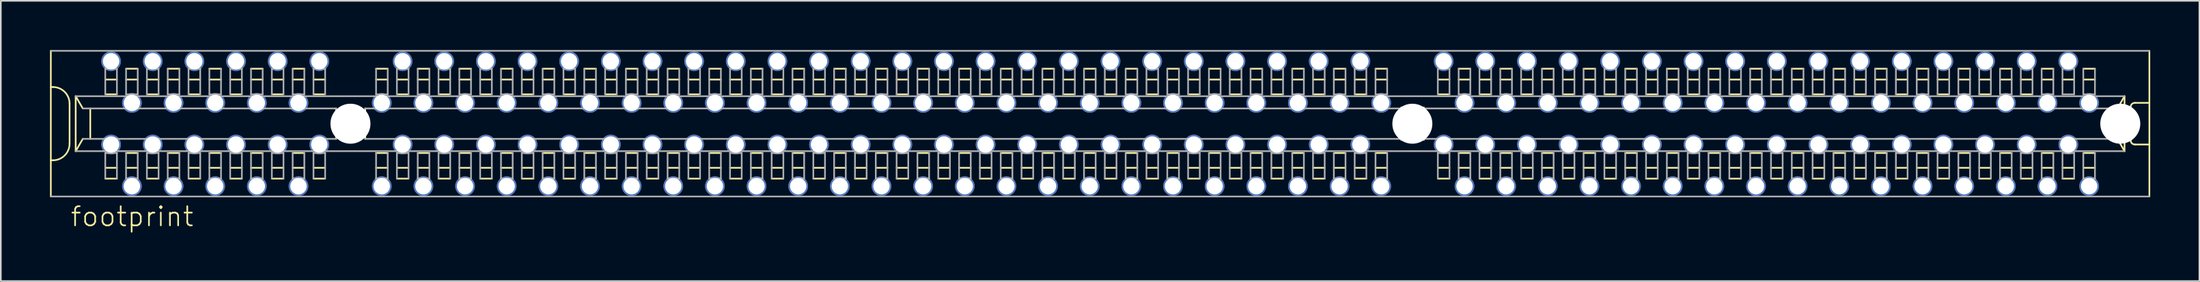
<source format=kicad_pcb>
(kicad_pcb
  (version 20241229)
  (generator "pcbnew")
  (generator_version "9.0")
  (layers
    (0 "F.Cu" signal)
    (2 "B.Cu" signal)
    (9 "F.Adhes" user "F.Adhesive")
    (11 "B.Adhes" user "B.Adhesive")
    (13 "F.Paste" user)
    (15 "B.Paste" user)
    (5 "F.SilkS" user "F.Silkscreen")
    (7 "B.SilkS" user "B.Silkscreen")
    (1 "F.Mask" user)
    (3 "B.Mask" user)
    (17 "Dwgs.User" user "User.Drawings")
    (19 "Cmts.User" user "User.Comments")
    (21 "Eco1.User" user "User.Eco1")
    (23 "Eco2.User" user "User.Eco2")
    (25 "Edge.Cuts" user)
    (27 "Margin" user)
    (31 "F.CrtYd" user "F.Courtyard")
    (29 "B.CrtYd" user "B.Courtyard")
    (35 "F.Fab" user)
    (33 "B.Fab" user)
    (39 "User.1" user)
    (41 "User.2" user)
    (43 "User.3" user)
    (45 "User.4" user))
  (footprint "footprint"
    (layer "F.Cu")
    (at 3.726 4.498)
    (property "Reference" "footprint" (at -2.54 6.35 0) (layer "F.SilkS") (effects (font (size 1.168 1.168) (thickness 0.102)) (justify left bottom)))
    (fp_line (start -3.675 -2.238) (end -3.675 -4.447) (stroke (width 0.102) (type solid)) (layer "F.SilkS"))
    (fp_line (start -3.675 -2.238) (end -3.548 -2.238) (stroke (width 0.102) (type solid)) (layer "F.SilkS"))
    (fp_line (start -3.675 2.233) (end -3.675 -2.238) (stroke (width 0.102) (type solid)) (layer "F.SilkS"))
    (fp_line (start -3.675 2.233) (end -3.548 2.233) (stroke (width 0.102) (type solid)) (layer "F.SilkS"))
    (fp_line (start -3.675 4.442) (end -3.675 2.233) (stroke (width 0.102) (type solid)) (layer "F.SilkS"))
    (fp_line (start -2.532 1.217) (end -2.532 -1.222) (stroke (width 0.102) (type solid)) (layer "F.SilkS"))
    (fp_line (start -2.159 -1.679) (end -2.159 1.674) (stroke (width 0.102) (type solid)) (layer "F.SilkS"))
    (fp_line (start -2.159 -1.679) (end -1.726 -0.93) (stroke (width 0.102) (type solid)) (layer "F.SilkS"))
    (fp_line (start -2.159 1.674) (end -1.726 0.925) (stroke (width 0.102) (type solid)) (layer "F.SilkS"))
    (fp_line (start -1.27 0.925) (end -1.27 -0.93) (stroke (width 0.102) (type solid)) (layer "F.SilkS"))
    (fp_line (start -0.355 -2.695) (end 0.355 -2.695) (stroke (width 0.102) (type solid)) (layer "F.SilkS"))
    (fp_line (start -0.355 2.69) (end 0.355 2.69) (stroke (width 0.102) (type solid)) (layer "F.SilkS"))
    (fp_line (start 0.355 -1.793) (end -0.355 -1.793) (stroke (width 0.102) (type solid)) (layer "F.SilkS"))
    (fp_line (start 0.355 3.35) (end -0.355 3.35) (stroke (width 0.102) (type solid)) (layer "F.SilkS"))
    (fp_line (start 0.914 -2.695) (end 1.625 -2.695) (stroke (width 0.102) (type solid)) (layer "F.SilkS"))
    (fp_line (start 0.914 2.69) (end 1.625 2.69) (stroke (width 0.102) (type solid)) (layer "F.SilkS"))
    (fp_line (start 1.625 -3.355) (end 0.914 -3.355) (stroke (width 0.102) (type solid)) (layer "F.SilkS"))
    (fp_line (start 1.625 1.788) (end 0.914 1.788) (stroke (width 0.102) (type solid)) (layer "F.SilkS"))
    (fp_line (start 2.184 -2.695) (end 2.896 -2.695) (stroke (width 0.102) (type solid)) (layer "F.SilkS"))
    (fp_line (start 2.184 2.69) (end 2.896 2.69) (stroke (width 0.102) (type solid)) (layer "F.SilkS"))
    (fp_line (start 2.896 -1.793) (end 2.184 -1.793) (stroke (width 0.102) (type solid)) (layer "F.SilkS"))
    (fp_line (start 2.896 3.35) (end 2.184 3.35) (stroke (width 0.102) (type solid)) (layer "F.SilkS"))
    (fp_line (start 3.454 -2.695) (end 4.165 -2.695) (stroke (width 0.102) (type solid)) (layer "F.SilkS"))
    (fp_line (start 3.454 2.69) (end 4.165 2.69) (stroke (width 0.102) (type solid)) (layer "F.SilkS"))
    (fp_line (start 4.165 -3.355) (end 3.454 -3.355) (stroke (width 0.102) (type solid)) (layer "F.SilkS"))
    (fp_line (start 4.165 1.788) (end 3.454 1.788) (stroke (width 0.102) (type solid)) (layer "F.SilkS"))
    (fp_line (start 4.724 -2.695) (end 5.436 -2.695) (stroke (width 0.102) (type solid)) (layer "F.SilkS"))
    (fp_line (start 4.724 2.69) (end 5.436 2.69) (stroke (width 0.102) (type solid)) (layer "F.SilkS"))
    (fp_line (start 5.436 -1.793) (end 4.724 -1.793) (stroke (width 0.102) (type solid)) (layer "F.SilkS"))
    (fp_line (start 5.436 3.35) (end 4.724 3.35) (stroke (width 0.102) (type solid)) (layer "F.SilkS"))
    (fp_line (start 5.995 -2.695) (end 6.705 -2.695) (stroke (width 0.102) (type solid)) (layer "F.SilkS"))
    (fp_line (start 5.995 2.69) (end 6.705 2.69) (stroke (width 0.102) (type solid)) (layer "F.SilkS"))
    (fp_line (start 6.705 -3.355) (end 5.995 -3.355) (stroke (width 0.102) (type solid)) (layer "F.SilkS"))
    (fp_line (start 6.705 1.788) (end 5.995 1.788) (stroke (width 0.102) (type solid)) (layer "F.SilkS"))
    (fp_line (start 7.264 -2.695) (end 7.976 -2.695) (stroke (width 0.102) (type solid)) (layer "F.SilkS"))
    (fp_line (start 7.264 2.69) (end 7.976 2.69) (stroke (width 0.102) (type solid)) (layer "F.SilkS"))
    (fp_line (start 7.976 -1.793) (end 7.264 -1.793) (stroke (width 0.102) (type solid)) (layer "F.SilkS"))
    (fp_line (start 7.976 3.35) (end 7.264 3.35) (stroke (width 0.102) (type solid)) (layer "F.SilkS"))
    (fp_line (start 8.534 -2.695) (end 9.245 -2.695) (stroke (width 0.102) (type solid)) (layer "F.SilkS"))
    (fp_line (start 8.534 2.69) (end 9.245 2.69) (stroke (width 0.102) (type solid)) (layer "F.SilkS"))
    (fp_line (start 9.245 -3.355) (end 8.534 -3.355) (stroke (width 0.102) (type solid)) (layer "F.SilkS"))
    (fp_line (start 9.245 1.788) (end 8.534 1.788) (stroke (width 0.102) (type solid)) (layer "F.SilkS"))
    (fp_line (start 9.805 -2.695) (end 10.515 -2.695) (stroke (width 0.102) (type solid)) (layer "F.SilkS"))
    (fp_line (start 9.805 2.69) (end 10.515 2.69) (stroke (width 0.102) (type solid)) (layer "F.SilkS"))
    (fp_line (start 10.515 -1.793) (end 9.805 -1.793) (stroke (width 0.102) (type solid)) (layer "F.SilkS"))
    (fp_line (start 10.515 3.35) (end 9.805 3.35) (stroke (width 0.102) (type solid)) (layer "F.SilkS"))
    (fp_line (start 11.075 -2.695) (end 11.786 -2.695) (stroke (width 0.102) (type solid)) (layer "F.SilkS"))
    (fp_line (start 11.075 2.69) (end 11.786 2.69) (stroke (width 0.102) (type solid)) (layer "F.SilkS"))
    (fp_line (start 11.786 -3.355) (end 11.075 -3.355) (stroke (width 0.102) (type solid)) (layer "F.SilkS"))
    (fp_line (start 11.786 1.788) (end 11.075 1.788) (stroke (width 0.102) (type solid)) (layer "F.SilkS"))
    (fp_line (start 12.345 -2.695) (end 13.056 -2.695) (stroke (width 0.102) (type solid)) (layer "F.SilkS"))
    (fp_line (start 12.345 2.69) (end 13.056 2.69) (stroke (width 0.102) (type solid)) (layer "F.SilkS"))
    (fp_line (start 13.056 -1.793) (end 12.345 -1.793) (stroke (width 0.102) (type solid)) (layer "F.SilkS"))
    (fp_line (start 13.056 3.35) (end 12.345 3.35) (stroke (width 0.102) (type solid)) (layer "F.SilkS"))
    (fp_line (start 13.724 -0.93) (end 13.724 0.925) (stroke (width 0.102) (type solid)) (layer "F.SilkS"))
    (fp_line (start 15.502 -0.93) (end 15.502 0.925) (stroke (width 0.102) (type solid)) (layer "F.SilkS"))
    (fp_line (start 16.163 -2.695) (end 16.873 -2.695) (stroke (width 0.102) (type solid)) (layer "F.SilkS"))
    (fp_line (start 16.163 2.69) (end 16.873 2.69) (stroke (width 0.102) (type solid)) (layer "F.SilkS"))
    (fp_line (start 16.873 -3.355) (end 16.163 -3.355) (stroke (width 0.102) (type solid)) (layer "F.SilkS"))
    (fp_line (start 16.873 1.788) (end 16.163 1.788) (stroke (width 0.102) (type solid)) (layer "F.SilkS"))
    (fp_line (start 17.433 -2.695) (end 18.143 -2.695) (stroke (width 0.102) (type solid)) (layer "F.SilkS"))
    (fp_line (start 17.433 2.69) (end 18.143 2.69) (stroke (width 0.102) (type solid)) (layer "F.SilkS"))
    (fp_line (start 18.143 -1.793) (end 17.433 -1.793) (stroke (width 0.102) (type solid)) (layer "F.SilkS"))
    (fp_line (start 18.143 3.35) (end 17.433 3.35) (stroke (width 0.102) (type solid)) (layer "F.SilkS"))
    (fp_line (start 18.703 -2.695) (end 19.413 -2.695) (stroke (width 0.102) (type solid)) (layer "F.SilkS"))
    (fp_line (start 18.703 2.69) (end 19.413 2.69) (stroke (width 0.102) (type solid)) (layer "F.SilkS"))
    (fp_line (start 19.413 -3.355) (end 18.703 -3.355) (stroke (width 0.102) (type solid)) (layer "F.SilkS"))
    (fp_line (start 19.413 1.788) (end 18.703 1.788) (stroke (width 0.102) (type solid)) (layer "F.SilkS"))
    (fp_line (start 19.973 -2.695) (end 20.683 -2.695) (stroke (width 0.102) (type solid)) (layer "F.SilkS"))
    (fp_line (start 19.973 2.69) (end 20.683 2.69) (stroke (width 0.102) (type solid)) (layer "F.SilkS"))
    (fp_line (start 20.683 -1.793) (end 19.973 -1.793) (stroke (width 0.102) (type solid)) (layer "F.SilkS"))
    (fp_line (start 20.683 3.35) (end 19.973 3.35) (stroke (width 0.102) (type solid)) (layer "F.SilkS"))
    (fp_line (start 21.242 -2.695) (end 21.953 -2.695) (stroke (width 0.102) (type solid)) (layer "F.SilkS"))
    (fp_line (start 21.242 2.69) (end 21.953 2.69) (stroke (width 0.102) (type solid)) (layer "F.SilkS"))
    (fp_line (start 21.953 -3.355) (end 21.242 -3.355) (stroke (width 0.102) (type solid)) (layer "F.SilkS"))
    (fp_line (start 21.953 1.788) (end 21.242 1.788) (stroke (width 0.102) (type solid)) (layer "F.SilkS"))
    (fp_line (start 22.512 -2.695) (end 23.224 -2.695) (stroke (width 0.102) (type solid)) (layer "F.SilkS"))
    (fp_line (start 22.512 2.69) (end 23.224 2.69) (stroke (width 0.102) (type solid)) (layer "F.SilkS"))
    (fp_line (start 23.224 -1.793) (end 22.512 -1.793) (stroke (width 0.102) (type solid)) (layer "F.SilkS"))
    (fp_line (start 23.224 3.35) (end 22.512 3.35) (stroke (width 0.102) (type solid)) (layer "F.SilkS"))
    (fp_line (start 23.782 -2.695) (end 24.494 -2.695) (stroke (width 0.102) (type solid)) (layer "F.SilkS"))
    (fp_line (start 23.782 2.69) (end 24.494 2.69) (stroke (width 0.102) (type solid)) (layer "F.SilkS"))
    (fp_line (start 24.494 -3.355) (end 23.782 -3.355) (stroke (width 0.102) (type solid)) (layer "F.SilkS"))
    (fp_line (start 24.494 1.788) (end 23.782 1.788) (stroke (width 0.102) (type solid)) (layer "F.SilkS"))
    (fp_line (start 25.052 -2.695) (end 25.764 -2.695) (stroke (width 0.102) (type solid)) (layer "F.SilkS"))
    (fp_line (start 25.052 2.69) (end 25.764 2.69) (stroke (width 0.102) (type solid)) (layer "F.SilkS"))
    (fp_line (start 25.764 -1.793) (end 25.052 -1.793) (stroke (width 0.102) (type solid)) (layer "F.SilkS"))
    (fp_line (start 25.764 3.35) (end 25.052 3.35) (stroke (width 0.102) (type solid)) (layer "F.SilkS"))
    (fp_line (start 26.323 -2.695) (end 27.034 -2.695) (stroke (width 0.102) (type solid)) (layer "F.SilkS"))
    (fp_line (start 26.323 2.69) (end 27.034 2.69) (stroke (width 0.102) (type solid)) (layer "F.SilkS"))
    (fp_line (start 27.034 -3.355) (end 26.323 -3.355) (stroke (width 0.102) (type solid)) (layer "F.SilkS"))
    (fp_line (start 27.034 1.788) (end 26.323 1.788) (stroke (width 0.102) (type solid)) (layer "F.SilkS"))
    (fp_line (start 27.593 -2.695) (end 28.303 -2.695) (stroke (width 0.102) (type solid)) (layer "F.SilkS"))
    (fp_line (start 27.593 2.69) (end 28.303 2.69) (stroke (width 0.102) (type solid)) (layer "F.SilkS"))
    (fp_line (start 28.303 -1.793) (end 27.593 -1.793) (stroke (width 0.102) (type solid)) (layer "F.SilkS"))
    (fp_line (start 28.303 3.35) (end 27.593 3.35) (stroke (width 0.102) (type solid)) (layer "F.SilkS"))
    (fp_line (start 28.863 -2.695) (end 29.573 -2.695) (stroke (width 0.102) (type solid)) (layer "F.SilkS"))
    (fp_line (start 28.863 2.69) (end 29.573 2.69) (stroke (width 0.102) (type solid)) (layer "F.SilkS"))
    (fp_line (start 29.573 -3.355) (end 28.863 -3.355) (stroke (width 0.102) (type solid)) (layer "F.SilkS"))
    (fp_line (start 29.573 1.788) (end 28.863 1.788) (stroke (width 0.102) (type solid)) (layer "F.SilkS"))
    (fp_line (start 30.133 -2.695) (end 30.843 -2.695) (stroke (width 0.102) (type solid)) (layer "F.SilkS"))
    (fp_line (start 30.133 2.69) (end 30.843 2.69) (stroke (width 0.102) (type solid)) (layer "F.SilkS"))
    (fp_line (start 30.843 -1.793) (end 30.133 -1.793) (stroke (width 0.102) (type solid)) (layer "F.SilkS"))
    (fp_line (start 30.843 3.35) (end 30.133 3.35) (stroke (width 0.102) (type solid)) (layer "F.SilkS"))
    (fp_line (start 31.402 -2.695) (end 32.114 -2.695) (stroke (width 0.102) (type solid)) (layer "F.SilkS"))
    (fp_line (start 31.402 2.69) (end 32.114 2.69) (stroke (width 0.102) (type solid)) (layer "F.SilkS"))
    (fp_line (start 32.114 -3.355) (end 31.402 -3.355) (stroke (width 0.102) (type solid)) (layer "F.SilkS"))
    (fp_line (start 32.114 1.788) (end 31.402 1.788) (stroke (width 0.102) (type solid)) (layer "F.SilkS"))
    (fp_line (start 32.672 -2.695) (end 33.383 -2.695) (stroke (width 0.102) (type solid)) (layer "F.SilkS"))
    (fp_line (start 32.672 2.69) (end 33.383 2.69) (stroke (width 0.102) (type solid)) (layer "F.SilkS"))
    (fp_line (start 33.383 -1.793) (end 32.672 -1.793) (stroke (width 0.102) (type solid)) (layer "F.SilkS"))
    (fp_line (start 33.383 3.35) (end 32.672 3.35) (stroke (width 0.102) (type solid)) (layer "F.SilkS"))
    (fp_line (start 33.943 -2.695) (end 34.654 -2.695) (stroke (width 0.102) (type solid)) (layer "F.SilkS"))
    (fp_line (start 33.943 2.69) (end 34.654 2.69) (stroke (width 0.102) (type solid)) (layer "F.SilkS"))
    (fp_line (start 34.654 -3.355) (end 33.943 -3.355) (stroke (width 0.102) (type solid)) (layer "F.SilkS"))
    (fp_line (start 34.654 1.788) (end 33.943 1.788) (stroke (width 0.102) (type solid)) (layer "F.SilkS"))
    (fp_line (start 35.212 -2.695) (end 35.923 -2.695) (stroke (width 0.102) (type solid)) (layer "F.SilkS"))
    (fp_line (start 35.212 2.69) (end 35.923 2.69) (stroke (width 0.102) (type solid)) (layer "F.SilkS"))
    (fp_line (start 35.923 -1.793) (end 35.212 -1.793) (stroke (width 0.102) (type solid)) (layer "F.SilkS"))
    (fp_line (start 35.923 3.35) (end 35.212 3.35) (stroke (width 0.102) (type solid)) (layer "F.SilkS"))
    (fp_line (start 36.483 -2.695) (end 37.194 -2.695) (stroke (width 0.102) (type solid)) (layer "F.SilkS"))
    (fp_line (start 36.483 2.69) (end 37.194 2.69) (stroke (width 0.102) (type solid)) (layer "F.SilkS"))
    (fp_line (start 37.194 -3.355) (end 36.483 -3.355) (stroke (width 0.102) (type solid)) (layer "F.SilkS"))
    (fp_line (start 37.194 1.788) (end 36.483 1.788) (stroke (width 0.102) (type solid)) (layer "F.SilkS"))
    (fp_line (start 37.752 -2.695) (end 38.464 -2.695) (stroke (width 0.102) (type solid)) (layer "F.SilkS"))
    (fp_line (start 37.752 2.69) (end 38.464 2.69) (stroke (width 0.102) (type solid)) (layer "F.SilkS"))
    (fp_line (start 38.464 -1.793) (end 37.752 -1.793) (stroke (width 0.102) (type solid)) (layer "F.SilkS"))
    (fp_line (start 38.464 3.35) (end 37.752 3.35) (stroke (width 0.102) (type solid)) (layer "F.SilkS"))
    (fp_line (start 39.023 -2.695) (end 39.733 -2.695) (stroke (width 0.102) (type solid)) (layer "F.SilkS"))
    (fp_line (start 39.023 2.69) (end 39.733 2.69) (stroke (width 0.102) (type solid)) (layer "F.SilkS"))
    (fp_line (start 39.733 -3.355) (end 39.023 -3.355) (stroke (width 0.102) (type solid)) (layer "F.SilkS"))
    (fp_line (start 39.733 1.788) (end 39.023 1.788) (stroke (width 0.102) (type solid)) (layer "F.SilkS"))
    (fp_line (start 40.292 -2.695) (end 41.004 -2.695) (stroke (width 0.102) (type solid)) (layer "F.SilkS"))
    (fp_line (start 40.292 2.69) (end 41.004 2.69) (stroke (width 0.102) (type solid)) (layer "F.SilkS"))
    (fp_line (start 41.004 -1.793) (end 40.292 -1.793) (stroke (width 0.102) (type solid)) (layer "F.SilkS"))
    (fp_line (start 41.004 3.35) (end 40.292 3.35) (stroke (width 0.102) (type solid)) (layer "F.SilkS"))
    (fp_line (start 41.562 -2.695) (end 42.273 -2.695) (stroke (width 0.102) (type solid)) (layer "F.SilkS"))
    (fp_line (start 41.562 2.69) (end 42.273 2.69) (stroke (width 0.102) (type solid)) (layer "F.SilkS"))
    (fp_line (start 42.273 -3.355) (end 41.562 -3.355) (stroke (width 0.102) (type solid)) (layer "F.SilkS"))
    (fp_line (start 42.273 1.788) (end 41.562 1.788) (stroke (width 0.102) (type solid)) (layer "F.SilkS"))
    (fp_line (start 42.833 -2.695) (end 43.544 -2.695) (stroke (width 0.102) (type solid)) (layer "F.SilkS"))
    (fp_line (start 42.833 2.69) (end 43.544 2.69) (stroke (width 0.102) (type solid)) (layer "F.SilkS"))
    (fp_line (start 43.544 -1.793) (end 42.833 -1.793) (stroke (width 0.102) (type solid)) (layer "F.SilkS"))
    (fp_line (start 43.544 3.35) (end 42.833 3.35) (stroke (width 0.102) (type solid)) (layer "F.SilkS"))
    (fp_line (start 44.102 -2.695) (end 44.813 -2.695) (stroke (width 0.102) (type solid)) (layer "F.SilkS"))
    (fp_line (start 44.102 2.69) (end 44.813 2.69) (stroke (width 0.102) (type solid)) (layer "F.SilkS"))
    (fp_line (start 44.813 -3.355) (end 44.102 -3.355) (stroke (width 0.102) (type solid)) (layer "F.SilkS"))
    (fp_line (start 44.813 1.788) (end 44.102 1.788) (stroke (width 0.102) (type solid)) (layer "F.SilkS"))
    (fp_line (start 45.373 -2.695) (end 46.084 -2.695) (stroke (width 0.102) (type solid)) (layer "F.SilkS"))
    (fp_line (start 45.373 2.69) (end 46.084 2.69) (stroke (width 0.102) (type solid)) (layer "F.SilkS"))
    (fp_line (start 46.084 -1.793) (end 45.373 -1.793) (stroke (width 0.102) (type solid)) (layer "F.SilkS"))
    (fp_line (start 46.084 3.35) (end 45.373 3.35) (stroke (width 0.102) (type solid)) (layer "F.SilkS"))
    (fp_line (start 46.642 -2.695) (end 47.353 -2.695) (stroke (width 0.102) (type solid)) (layer "F.SilkS"))
    (fp_line (start 46.642 2.69) (end 47.353 2.69) (stroke (width 0.102) (type solid)) (layer "F.SilkS"))
    (fp_line (start 47.353 -3.355) (end 46.642 -3.355) (stroke (width 0.102) (type solid)) (layer "F.SilkS"))
    (fp_line (start 47.353 1.788) (end 46.642 1.788) (stroke (width 0.102) (type solid)) (layer "F.SilkS"))
    (fp_line (start 47.913 -2.695) (end 48.623 -2.695) (stroke (width 0.102) (type solid)) (layer "F.SilkS"))
    (fp_line (start 47.913 2.69) (end 48.623 2.69) (stroke (width 0.102) (type solid)) (layer "F.SilkS"))
    (fp_line (start 48.623 -1.793) (end 47.913 -1.793) (stroke (width 0.102) (type solid)) (layer "F.SilkS"))
    (fp_line (start 48.623 3.35) (end 47.913 3.35) (stroke (width 0.102) (type solid)) (layer "F.SilkS"))
    (fp_line (start 49.182 -2.695) (end 49.894 -2.695) (stroke (width 0.102) (type solid)) (layer "F.SilkS"))
    (fp_line (start 49.182 2.69) (end 49.894 2.69) (stroke (width 0.102) (type solid)) (layer "F.SilkS"))
    (fp_line (start 49.894 -3.355) (end 49.182 -3.355) (stroke (width 0.102) (type solid)) (layer "F.SilkS"))
    (fp_line (start 49.894 1.788) (end 49.182 1.788) (stroke (width 0.102) (type solid)) (layer "F.SilkS"))
    (fp_line (start 50.453 -2.695) (end 51.163 -2.695) (stroke (width 0.102) (type solid)) (layer "F.SilkS"))
    (fp_line (start 50.453 2.69) (end 51.163 2.69) (stroke (width 0.102) (type solid)) (layer "F.SilkS"))
    (fp_line (start 51.163 -1.793) (end 50.453 -1.793) (stroke (width 0.102) (type solid)) (layer "F.SilkS"))
    (fp_line (start 51.163 3.35) (end 50.453 3.35) (stroke (width 0.102) (type solid)) (layer "F.SilkS"))
    (fp_line (start 51.722 -2.695) (end 52.434 -2.695) (stroke (width 0.102) (type solid)) (layer "F.SilkS"))
    (fp_line (start 51.722 2.69) (end 52.434 2.69) (stroke (width 0.102) (type solid)) (layer "F.SilkS"))
    (fp_line (start 52.434 -3.355) (end 51.722 -3.355) (stroke (width 0.102) (type solid)) (layer "F.SilkS"))
    (fp_line (start 52.434 1.788) (end 51.722 1.788) (stroke (width 0.102) (type solid)) (layer "F.SilkS"))
    (fp_line (start 52.992 -2.695) (end 53.703 -2.695) (stroke (width 0.102) (type solid)) (layer "F.SilkS"))
    (fp_line (start 52.992 2.69) (end 53.703 2.69) (stroke (width 0.102) (type solid)) (layer "F.SilkS"))
    (fp_line (start 53.703 -1.793) (end 52.992 -1.793) (stroke (width 0.102) (type solid)) (layer "F.SilkS"))
    (fp_line (start 53.703 3.35) (end 52.992 3.35) (stroke (width 0.102) (type solid)) (layer "F.SilkS"))
    (fp_line (start 54.263 -2.695) (end 54.974 -2.695) (stroke (width 0.102) (type solid)) (layer "F.SilkS"))
    (fp_line (start 54.263 2.69) (end 54.974 2.69) (stroke (width 0.102) (type solid)) (layer "F.SilkS"))
    (fp_line (start 54.974 -3.355) (end 54.263 -3.355) (stroke (width 0.102) (type solid)) (layer "F.SilkS"))
    (fp_line (start 54.974 1.788) (end 54.263 1.788) (stroke (width 0.102) (type solid)) (layer "F.SilkS"))
    (fp_line (start 55.532 -2.695) (end 56.243 -2.695) (stroke (width 0.102) (type solid)) (layer "F.SilkS"))
    (fp_line (start 55.532 2.69) (end 56.243 2.69) (stroke (width 0.102) (type solid)) (layer "F.SilkS"))
    (fp_line (start 56.243 -1.793) (end 55.532 -1.793) (stroke (width 0.102) (type solid)) (layer "F.SilkS"))
    (fp_line (start 56.243 3.35) (end 55.532 3.35) (stroke (width 0.102) (type solid)) (layer "F.SilkS"))
    (fp_line (start 56.803 -2.695) (end 57.514 -2.695) (stroke (width 0.102) (type solid)) (layer "F.SilkS"))
    (fp_line (start 56.803 2.69) (end 57.514 2.69) (stroke (width 0.102) (type solid)) (layer "F.SilkS"))
    (fp_line (start 57.514 -3.355) (end 56.803 -3.355) (stroke (width 0.102) (type solid)) (layer "F.SilkS"))
    (fp_line (start 57.514 1.788) (end 56.803 1.788) (stroke (width 0.102) (type solid)) (layer "F.SilkS"))
    (fp_line (start 58.072 -2.695) (end 58.783 -2.695) (stroke (width 0.102) (type solid)) (layer "F.SilkS"))
    (fp_line (start 58.072 2.69) (end 58.783 2.69) (stroke (width 0.102) (type solid)) (layer "F.SilkS"))
    (fp_line (start 58.783 -1.793) (end 58.072 -1.793) (stroke (width 0.102) (type solid)) (layer "F.SilkS"))
    (fp_line (start 58.783 3.35) (end 58.072 3.35) (stroke (width 0.102) (type solid)) (layer "F.SilkS"))
    (fp_line (start 59.343 -2.695) (end 60.053 -2.695) (stroke (width 0.102) (type solid)) (layer "F.SilkS"))
    (fp_line (start 59.343 2.69) (end 60.053 2.69) (stroke (width 0.102) (type solid)) (layer "F.SilkS"))
    (fp_line (start 60.053 -3.355) (end 59.343 -3.355) (stroke (width 0.102) (type solid)) (layer "F.SilkS"))
    (fp_line (start 60.053 1.788) (end 59.343 1.788) (stroke (width 0.102) (type solid)) (layer "F.SilkS"))
    (fp_line (start 60.612 -2.695) (end 61.324 -2.695) (stroke (width 0.102) (type solid)) (layer "F.SilkS"))
    (fp_line (start 60.612 2.69) (end 61.324 2.69) (stroke (width 0.102) (type solid)) (layer "F.SilkS"))
    (fp_line (start 61.324 -1.793) (end 60.612 -1.793) (stroke (width 0.102) (type solid)) (layer "F.SilkS"))
    (fp_line (start 61.324 3.35) (end 60.612 3.35) (stroke (width 0.102) (type solid)) (layer "F.SilkS"))
    (fp_line (start 61.883 -2.695) (end 62.593 -2.695) (stroke (width 0.102) (type solid)) (layer "F.SilkS"))
    (fp_line (start 61.883 2.69) (end 62.593 2.69) (stroke (width 0.102) (type solid)) (layer "F.SilkS"))
    (fp_line (start 62.593 -3.355) (end 61.883 -3.355) (stroke (width 0.102) (type solid)) (layer "F.SilkS"))
    (fp_line (start 62.593 1.788) (end 61.883 1.788) (stroke (width 0.102) (type solid)) (layer "F.SilkS"))
    (fp_line (start 63.153 -2.695) (end 63.864 -2.695) (stroke (width 0.102) (type solid)) (layer "F.SilkS"))
    (fp_line (start 63.153 2.69) (end 63.864 2.69) (stroke (width 0.102) (type solid)) (layer "F.SilkS"))
    (fp_line (start 63.864 -1.793) (end 63.153 -1.793) (stroke (width 0.102) (type solid)) (layer "F.SilkS"))
    (fp_line (start 63.864 3.35) (end 63.153 3.35) (stroke (width 0.102) (type solid)) (layer "F.SilkS"))
    (fp_line (start 64.422 -2.695) (end 65.133 -2.695) (stroke (width 0.102) (type solid)) (layer "F.SilkS"))
    (fp_line (start 64.422 2.69) (end 65.133 2.69) (stroke (width 0.102) (type solid)) (layer "F.SilkS"))
    (fp_line (start 65.133 -3.355) (end 64.422 -3.355) (stroke (width 0.102) (type solid)) (layer "F.SilkS"))
    (fp_line (start 65.133 1.788) (end 64.422 1.788) (stroke (width 0.102) (type solid)) (layer "F.SilkS"))
    (fp_line (start 65.692 -2.695) (end 66.403 -2.695) (stroke (width 0.102) (type solid)) (layer "F.SilkS"))
    (fp_line (start 65.692 2.69) (end 66.403 2.69) (stroke (width 0.102) (type solid)) (layer "F.SilkS"))
    (fp_line (start 66.403 -1.793) (end 65.692 -1.793) (stroke (width 0.102) (type solid)) (layer "F.SilkS"))
    (fp_line (start 66.403 3.35) (end 65.692 3.35) (stroke (width 0.102) (type solid)) (layer "F.SilkS"))
    (fp_line (start 66.963 -2.695) (end 67.674 -2.695) (stroke (width 0.102) (type solid)) (layer "F.SilkS"))
    (fp_line (start 66.963 2.69) (end 67.674 2.69) (stroke (width 0.102) (type solid)) (layer "F.SilkS"))
    (fp_line (start 67.674 -3.355) (end 66.963 -3.355) (stroke (width 0.102) (type solid)) (layer "F.SilkS"))
    (fp_line (start 67.674 1.788) (end 66.963 1.788) (stroke (width 0.102) (type solid)) (layer "F.SilkS"))
    (fp_line (start 68.233 -2.695) (end 68.944 -2.695) (stroke (width 0.102) (type solid)) (layer "F.SilkS"))
    (fp_line (start 68.233 2.69) (end 68.944 2.69) (stroke (width 0.102) (type solid)) (layer "F.SilkS"))
    (fp_line (start 68.944 -1.793) (end 68.233 -1.793) (stroke (width 0.102) (type solid)) (layer "F.SilkS"))
    (fp_line (start 68.944 3.35) (end 68.233 3.35) (stroke (width 0.102) (type solid)) (layer "F.SilkS"))
    (fp_line (start 69.502 -2.695) (end 70.213 -2.695) (stroke (width 0.102) (type solid)) (layer "F.SilkS"))
    (fp_line (start 69.502 2.69) (end 70.213 2.69) (stroke (width 0.102) (type solid)) (layer "F.SilkS"))
    (fp_line (start 70.213 -3.355) (end 69.502 -3.355) (stroke (width 0.102) (type solid)) (layer "F.SilkS"))
    (fp_line (start 70.213 1.788) (end 69.502 1.788) (stroke (width 0.102) (type solid)) (layer "F.SilkS"))
    (fp_line (start 70.772 -2.695) (end 71.484 -2.695) (stroke (width 0.102) (type solid)) (layer "F.SilkS"))
    (fp_line (start 70.772 2.69) (end 71.484 2.69) (stroke (width 0.102) (type solid)) (layer "F.SilkS"))
    (fp_line (start 71.484 -1.793) (end 70.772 -1.793) (stroke (width 0.102) (type solid)) (layer "F.SilkS"))
    (fp_line (start 71.484 3.35) (end 70.772 3.35) (stroke (width 0.102) (type solid)) (layer "F.SilkS"))
    (fp_line (start 72.043 -2.695) (end 72.754 -2.695) (stroke (width 0.102) (type solid)) (layer "F.SilkS"))
    (fp_line (start 72.043 2.69) (end 72.754 2.69) (stroke (width 0.102) (type solid)) (layer "F.SilkS"))
    (fp_line (start 72.754 -3.355) (end 72.043 -3.355) (stroke (width 0.102) (type solid)) (layer "F.SilkS"))
    (fp_line (start 72.754 1.788) (end 72.043 1.788) (stroke (width 0.102) (type solid)) (layer "F.SilkS"))
    (fp_line (start 73.312 -2.695) (end 74.023 -2.695) (stroke (width 0.102) (type solid)) (layer "F.SilkS"))
    (fp_line (start 73.312 2.69) (end 74.023 2.69) (stroke (width 0.102) (type solid)) (layer "F.SilkS"))
    (fp_line (start 74.023 -1.793) (end 73.312 -1.793) (stroke (width 0.102) (type solid)) (layer "F.SilkS"))
    (fp_line (start 74.023 3.35) (end 73.312 3.35) (stroke (width 0.102) (type solid)) (layer "F.SilkS"))
    (fp_line (start 74.582 -2.695) (end 75.293 -2.695) (stroke (width 0.102) (type solid)) (layer "F.SilkS"))
    (fp_line (start 74.582 2.69) (end 75.293 2.69) (stroke (width 0.102) (type solid)) (layer "F.SilkS"))
    (fp_line (start 75.293 -3.355) (end 74.582 -3.355) (stroke (width 0.102) (type solid)) (layer "F.SilkS"))
    (fp_line (start 75.293 1.788) (end 74.582 1.788) (stroke (width 0.102) (type solid)) (layer "F.SilkS"))
    (fp_line (start 75.853 -2.695) (end 76.564 -2.695) (stroke (width 0.102) (type solid)) (layer "F.SilkS"))
    (fp_line (start 75.853 2.69) (end 76.564 2.69) (stroke (width 0.102) (type solid)) (layer "F.SilkS"))
    (fp_line (start 76.564 -1.793) (end 75.853 -1.793) (stroke (width 0.102) (type solid)) (layer "F.SilkS"))
    (fp_line (start 76.564 3.35) (end 75.853 3.35) (stroke (width 0.102) (type solid)) (layer "F.SilkS"))
    (fp_line (start 77.123 -2.695) (end 77.834 -2.695) (stroke (width 0.102) (type solid)) (layer "F.SilkS"))
    (fp_line (start 77.123 2.69) (end 77.834 2.69) (stroke (width 0.102) (type solid)) (layer "F.SilkS"))
    (fp_line (start 77.834 -3.355) (end 77.123 -3.355) (stroke (width 0.102) (type solid)) (layer "F.SilkS"))
    (fp_line (start 77.834 1.788) (end 77.123 1.788) (stroke (width 0.102) (type solid)) (layer "F.SilkS"))
    (fp_line (start 78.697 -0.993) (end 78.697 0.988) (stroke (width 0.102) (type solid)) (layer "F.SilkS"))
    (fp_line (start 80.069 -0.993) (end 80.069 0.988) (stroke (width 0.102) (type solid)) (layer "F.SilkS"))
    (fp_line (start 80.924 -2.695) (end 81.635 -2.695) (stroke (width 0.102) (type solid)) (layer "F.SilkS"))
    (fp_line (start 80.924 2.69) (end 81.635 2.69) (stroke (width 0.102) (type solid)) (layer "F.SilkS"))
    (fp_line (start 81.635 -1.793) (end 80.924 -1.793) (stroke (width 0.102) (type solid)) (layer "F.SilkS"))
    (fp_line (start 81.635 3.35) (end 80.924 3.35) (stroke (width 0.102) (type solid)) (layer "F.SilkS"))
    (fp_line (start 82.195 -2.695) (end 82.906 -2.695) (stroke (width 0.102) (type solid)) (layer "F.SilkS"))
    (fp_line (start 82.195 2.69) (end 82.906 2.69) (stroke (width 0.102) (type solid)) (layer "F.SilkS"))
    (fp_line (start 82.906 -3.355) (end 82.195 -3.355) (stroke (width 0.102) (type solid)) (layer "F.SilkS"))
    (fp_line (start 82.906 1.788) (end 82.195 1.788) (stroke (width 0.102) (type solid)) (layer "F.SilkS"))
    (fp_line (start 83.465 -2.695) (end 84.175 -2.695) (stroke (width 0.102) (type solid)) (layer "F.SilkS"))
    (fp_line (start 83.465 2.69) (end 84.175 2.69) (stroke (width 0.102) (type solid)) (layer "F.SilkS"))
    (fp_line (start 84.175 -1.793) (end 83.465 -1.793) (stroke (width 0.102) (type solid)) (layer "F.SilkS"))
    (fp_line (start 84.175 3.35) (end 83.465 3.35) (stroke (width 0.102) (type solid)) (layer "F.SilkS"))
    (fp_line (start 84.734 -2.695) (end 85.445 -2.695) (stroke (width 0.102) (type solid)) (layer "F.SilkS"))
    (fp_line (start 84.734 2.69) (end 85.445 2.69) (stroke (width 0.102) (type solid)) (layer "F.SilkS"))
    (fp_line (start 85.445 -3.355) (end 84.734 -3.355) (stroke (width 0.102) (type solid)) (layer "F.SilkS"))
    (fp_line (start 85.445 1.788) (end 84.734 1.788) (stroke (width 0.102) (type solid)) (layer "F.SilkS"))
    (fp_line (start 86.004 -2.695) (end 86.716 -2.695) (stroke (width 0.102) (type solid)) (layer "F.SilkS"))
    (fp_line (start 86.004 2.69) (end 86.716 2.69) (stroke (width 0.102) (type solid)) (layer "F.SilkS"))
    (fp_line (start 86.716 -1.793) (end 86.004 -1.793) (stroke (width 0.102) (type solid)) (layer "F.SilkS"))
    (fp_line (start 86.716 3.35) (end 86.004 3.35) (stroke (width 0.102) (type solid)) (layer "F.SilkS"))
    (fp_line (start 87.275 -2.695) (end 87.986 -2.695) (stroke (width 0.102) (type solid)) (layer "F.SilkS"))
    (fp_line (start 87.275 2.69) (end 87.986 2.69) (stroke (width 0.102) (type solid)) (layer "F.SilkS"))
    (fp_line (start 87.986 -3.355) (end 87.275 -3.355) (stroke (width 0.102) (type solid)) (layer "F.SilkS"))
    (fp_line (start 87.986 1.788) (end 87.275 1.788) (stroke (width 0.102) (type solid)) (layer "F.SilkS"))
    (fp_line (start 88.544 -2.695) (end 89.255 -2.695) (stroke (width 0.102) (type solid)) (layer "F.SilkS"))
    (fp_line (start 88.544 2.69) (end 89.255 2.69) (stroke (width 0.102) (type solid)) (layer "F.SilkS"))
    (fp_line (start 89.255 -1.793) (end 88.544 -1.793) (stroke (width 0.102) (type solid)) (layer "F.SilkS"))
    (fp_line (start 89.255 3.35) (end 88.544 3.35) (stroke (width 0.102) (type solid)) (layer "F.SilkS"))
    (fp_line (start 89.814 -2.695) (end 90.525 -2.695) (stroke (width 0.102) (type solid)) (layer "F.SilkS"))
    (fp_line (start 89.814 2.69) (end 90.525 2.69) (stroke (width 0.102) (type solid)) (layer "F.SilkS"))
    (fp_line (start 90.525 -3.355) (end 89.814 -3.355) (stroke (width 0.102) (type solid)) (layer "F.SilkS"))
    (fp_line (start 90.525 1.788) (end 89.814 1.788) (stroke (width 0.102) (type solid)) (layer "F.SilkS"))
    (fp_line (start 91.085 -2.695) (end 91.796 -2.695) (stroke (width 0.102) (type solid)) (layer "F.SilkS"))
    (fp_line (start 91.085 2.69) (end 91.796 2.69) (stroke (width 0.102) (type solid)) (layer "F.SilkS"))
    (fp_line (start 91.796 -1.793) (end 91.085 -1.793) (stroke (width 0.102) (type solid)) (layer "F.SilkS"))
    (fp_line (start 91.796 3.35) (end 91.085 3.35) (stroke (width 0.102) (type solid)) (layer "F.SilkS"))
    (fp_line (start 92.355 -2.695) (end 93.066 -2.695) (stroke (width 0.102) (type solid)) (layer "F.SilkS"))
    (fp_line (start 92.355 2.69) (end 93.066 2.69) (stroke (width 0.102) (type solid)) (layer "F.SilkS"))
    (fp_line (start 93.066 -3.355) (end 92.355 -3.355) (stroke (width 0.102) (type solid)) (layer "F.SilkS"))
    (fp_line (start 93.066 1.788) (end 92.355 1.788) (stroke (width 0.102) (type solid)) (layer "F.SilkS"))
    (fp_line (start 93.624 -2.695) (end 94.335 -2.695) (stroke (width 0.102) (type solid)) (layer "F.SilkS"))
    (fp_line (start 93.624 2.69) (end 94.335 2.69) (stroke (width 0.102) (type solid)) (layer "F.SilkS"))
    (fp_line (start 94.335 -1.793) (end 93.624 -1.793) (stroke (width 0.102) (type solid)) (layer "F.SilkS"))
    (fp_line (start 94.335 3.35) (end 93.624 3.35) (stroke (width 0.102) (type solid)) (layer "F.SilkS"))
    (fp_line (start 94.894 -2.695) (end 95.606 -2.695) (stroke (width 0.102) (type solid)) (layer "F.SilkS"))
    (fp_line (start 94.894 2.69) (end 95.606 2.69) (stroke (width 0.102) (type solid)) (layer "F.SilkS"))
    (fp_line (start 95.606 -3.355) (end 94.894 -3.355) (stroke (width 0.102) (type solid)) (layer "F.SilkS"))
    (fp_line (start 95.606 1.788) (end 94.894 1.788) (stroke (width 0.102) (type solid)) (layer "F.SilkS"))
    (fp_line (start 96.165 -2.695) (end 96.876 -2.695) (stroke (width 0.102) (type solid)) (layer "F.SilkS"))
    (fp_line (start 96.165 2.69) (end 96.876 2.69) (stroke (width 0.102) (type solid)) (layer "F.SilkS"))
    (fp_line (start 96.876 -1.793) (end 96.165 -1.793) (stroke (width 0.102) (type solid)) (layer "F.SilkS"))
    (fp_line (start 96.876 3.35) (end 96.165 3.35) (stroke (width 0.102) (type solid)) (layer "F.SilkS"))
    (fp_line (start 97.434 -2.695) (end 98.145 -2.695) (stroke (width 0.102) (type solid)) (layer "F.SilkS"))
    (fp_line (start 97.434 2.69) (end 98.145 2.69) (stroke (width 0.102) (type solid)) (layer "F.SilkS"))
    (fp_line (start 98.145 -3.355) (end 97.434 -3.355) (stroke (width 0.102) (type solid)) (layer "F.SilkS"))
    (fp_line (start 98.145 1.788) (end 97.434 1.788) (stroke (width 0.102) (type solid)) (layer "F.SilkS"))
    (fp_line (start 98.704 -2.695) (end 99.415 -2.695) (stroke (width 0.102) (type solid)) (layer "F.SilkS"))
    (fp_line (start 98.704 2.69) (end 99.415 2.69) (stroke (width 0.102) (type solid)) (layer "F.SilkS"))
    (fp_line (start 99.415 -1.793) (end 98.704 -1.793) (stroke (width 0.102) (type solid)) (layer "F.SilkS"))
    (fp_line (start 99.415 3.35) (end 98.704 3.35) (stroke (width 0.102) (type solid)) (layer "F.SilkS"))
    (fp_line (start 99.975 -2.695) (end 100.686 -2.695) (stroke (width 0.102) (type solid)) (layer "F.SilkS"))
    (fp_line (start 99.975 2.69) (end 100.686 2.69) (stroke (width 0.102) (type solid)) (layer "F.SilkS"))
    (fp_line (start 100.686 -3.355) (end 99.975 -3.355) (stroke (width 0.102) (type solid)) (layer "F.SilkS"))
    (fp_line (start 100.686 1.788) (end 99.975 1.788) (stroke (width 0.102) (type solid)) (layer "F.SilkS"))
    (fp_line (start 101.245 -2.695) (end 101.956 -2.695) (stroke (width 0.102) (type solid)) (layer "F.SilkS"))
    (fp_line (start 101.245 2.69) (end 101.956 2.69) (stroke (width 0.102) (type solid)) (layer "F.SilkS"))
    (fp_line (start 101.956 -1.793) (end 101.245 -1.793) (stroke (width 0.102) (type solid)) (layer "F.SilkS"))
    (fp_line (start 101.956 3.35) (end 101.245 3.35) (stroke (width 0.102) (type solid)) (layer "F.SilkS"))
    (fp_line (start 102.514 -2.695) (end 103.225 -2.695) (stroke (width 0.102) (type solid)) (layer "F.SilkS"))
    (fp_line (start 102.514 2.69) (end 103.225 2.69) (stroke (width 0.102) (type solid)) (layer "F.SilkS"))
    (fp_line (start 103.225 -3.355) (end 102.514 -3.355) (stroke (width 0.102) (type solid)) (layer "F.SilkS"))
    (fp_line (start 103.225 1.788) (end 102.514 1.788) (stroke (width 0.102) (type solid)) (layer "F.SilkS"))
    (fp_line (start 103.784 -2.695) (end 104.496 -2.695) (stroke (width 0.102) (type solid)) (layer "F.SilkS"))
    (fp_line (start 103.784 2.69) (end 104.496 2.69) (stroke (width 0.102) (type solid)) (layer "F.SilkS"))
    (fp_line (start 104.496 -1.793) (end 103.784 -1.793) (stroke (width 0.102) (type solid)) (layer "F.SilkS"))
    (fp_line (start 104.496 3.35) (end 103.784 3.35) (stroke (width 0.102) (type solid)) (layer "F.SilkS"))
    (fp_line (start 105.055 -2.695) (end 105.766 -2.695) (stroke (width 0.102) (type solid)) (layer "F.SilkS"))
    (fp_line (start 105.055 2.69) (end 105.766 2.69) (stroke (width 0.102) (type solid)) (layer "F.SilkS"))
    (fp_line (start 105.766 -3.355) (end 105.055 -3.355) (stroke (width 0.102) (type solid)) (layer "F.SilkS"))
    (fp_line (start 105.766 1.788) (end 105.055 1.788) (stroke (width 0.102) (type solid)) (layer "F.SilkS"))
    (fp_line (start 106.325 -2.695) (end 107.035 -2.695) (stroke (width 0.102) (type solid)) (layer "F.SilkS"))
    (fp_line (start 106.325 2.69) (end 107.035 2.69) (stroke (width 0.102) (type solid)) (layer "F.SilkS"))
    (fp_line (start 107.035 -1.793) (end 106.325 -1.793) (stroke (width 0.102) (type solid)) (layer "F.SilkS"))
    (fp_line (start 107.035 3.35) (end 106.325 3.35) (stroke (width 0.102) (type solid)) (layer "F.SilkS"))
    (fp_line (start 107.594 -2.695) (end 108.305 -2.695) (stroke (width 0.102) (type solid)) (layer "F.SilkS"))
    (fp_line (start 107.594 2.69) (end 108.305 2.69) (stroke (width 0.102) (type solid)) (layer "F.SilkS"))
    (fp_line (start 108.305 -3.355) (end 107.594 -3.355) (stroke (width 0.102) (type solid)) (layer "F.SilkS"))
    (fp_line (start 108.305 1.788) (end 107.594 1.788) (stroke (width 0.102) (type solid)) (layer "F.SilkS"))
    (fp_line (start 108.865 -2.695) (end 109.576 -2.695) (stroke (width 0.102) (type solid)) (layer "F.SilkS"))
    (fp_line (start 108.865 2.69) (end 109.576 2.69) (stroke (width 0.102) (type solid)) (layer "F.SilkS"))
    (fp_line (start 109.576 -1.793) (end 108.865 -1.793) (stroke (width 0.102) (type solid)) (layer "F.SilkS"))
    (fp_line (start 109.576 3.35) (end 108.865 3.35) (stroke (width 0.102) (type solid)) (layer "F.SilkS"))
    (fp_line (start 110.135 -2.695) (end 110.846 -2.695) (stroke (width 0.102) (type solid)) (layer "F.SilkS"))
    (fp_line (start 110.135 2.69) (end 110.846 2.69) (stroke (width 0.102) (type solid)) (layer "F.SilkS"))
    (fp_line (start 110.846 -3.355) (end 110.135 -3.355) (stroke (width 0.102) (type solid)) (layer "F.SilkS"))
    (fp_line (start 110.846 1.788) (end 110.135 1.788) (stroke (width 0.102) (type solid)) (layer "F.SilkS"))
    (fp_line (start 111.404 -2.695) (end 112.115 -2.695) (stroke (width 0.102) (type solid)) (layer "F.SilkS"))
    (fp_line (start 111.404 2.69) (end 112.115 2.69) (stroke (width 0.102) (type solid)) (layer "F.SilkS"))
    (fp_line (start 112.115 -1.793) (end 111.404 -1.793) (stroke (width 0.102) (type solid)) (layer "F.SilkS"))
    (fp_line (start 112.115 3.35) (end 111.404 3.35) (stroke (width 0.102) (type solid)) (layer "F.SilkS"))
    (fp_line (start 112.674 -2.695) (end 113.385 -2.695) (stroke (width 0.102) (type solid)) (layer "F.SilkS"))
    (fp_line (start 112.674 2.69) (end 113.385 2.69) (stroke (width 0.102) (type solid)) (layer "F.SilkS"))
    (fp_line (start 113.385 -3.355) (end 112.674 -3.355) (stroke (width 0.102) (type solid)) (layer "F.SilkS"))
    (fp_line (start 113.385 1.788) (end 112.674 1.788) (stroke (width 0.102) (type solid)) (layer "F.SilkS"))
    (fp_line (start 113.945 -2.695) (end 114.656 -2.695) (stroke (width 0.102) (type solid)) (layer "F.SilkS"))
    (fp_line (start 113.945 2.69) (end 114.656 2.69) (stroke (width 0.102) (type solid)) (layer "F.SilkS"))
    (fp_line (start 114.656 -1.793) (end 113.945 -1.793) (stroke (width 0.102) (type solid)) (layer "F.SilkS"))
    (fp_line (start 114.656 3.35) (end 113.945 3.35) (stroke (width 0.102) (type solid)) (layer "F.SilkS"))
    (fp_line (start 115.215 -2.695) (end 115.925 -2.695) (stroke (width 0.102) (type solid)) (layer "F.SilkS"))
    (fp_line (start 115.215 2.69) (end 115.925 2.69) (stroke (width 0.102) (type solid)) (layer "F.SilkS"))
    (fp_line (start 115.925 -3.355) (end 115.215 -3.355) (stroke (width 0.102) (type solid)) (layer "F.SilkS"))
    (fp_line (start 115.925 1.788) (end 115.215 1.788) (stroke (width 0.102) (type solid)) (layer "F.SilkS"))
    (fp_line (start 116.484 -2.695) (end 117.195 -2.695) (stroke (width 0.102) (type solid)) (layer "F.SilkS"))
    (fp_line (start 116.484 2.69) (end 117.195 2.69) (stroke (width 0.102) (type solid)) (layer "F.SilkS"))
    (fp_line (start 117.195 -1.793) (end 116.484 -1.793) (stroke (width 0.102) (type solid)) (layer "F.SilkS"))
    (fp_line (start 117.195 3.35) (end 116.484 3.35) (stroke (width 0.102) (type solid)) (layer "F.SilkS"))
    (fp_line (start 117.754 -2.695) (end 118.466 -2.695) (stroke (width 0.102) (type solid)) (layer "F.SilkS"))
    (fp_line (start 117.754 2.69) (end 118.466 2.69) (stroke (width 0.102) (type solid)) (layer "F.SilkS"))
    (fp_line (start 118.466 -3.355) (end 117.754 -3.355) (stroke (width 0.102) (type solid)) (layer "F.SilkS"))
    (fp_line (start 118.466 1.788) (end 117.754 1.788) (stroke (width 0.102) (type solid)) (layer "F.SilkS"))
    (fp_line (start 119.025 -2.695) (end 119.736 -2.695) (stroke (width 0.102) (type solid)) (layer "F.SilkS"))
    (fp_line (start 119.025 2.69) (end 119.736 2.69) (stroke (width 0.102) (type solid)) (layer "F.SilkS"))
    (fp_line (start 119.736 3.35) (end 119.025 3.35) (stroke (width 0.102) (type solid)) (layer "F.SilkS"))
    (fp_line (start 120.294 -2.695) (end 121.005 -2.695) (stroke (width 0.102) (type solid)) (layer "F.SilkS"))
    (fp_line (start 120.294 2.69) (end 121.005 2.69) (stroke (width 0.102) (type solid)) (layer "F.SilkS"))
    (fp_line (start 121.005 -3.355) (end 120.294 -3.355) (stroke (width 0.102) (type solid)) (layer "F.SilkS"))
    (fp_line (start 121.005 1.788) (end 120.294 1.788) (stroke (width 0.102) (type solid)) (layer "F.SilkS"))
    (fp_line (start 121.92 0.925) (end 121.92 -0.93) (stroke (width 0.102) (type solid)) (layer "F.SilkS"))
    (fp_line (start 122.809 -1.679) (end 122.376 -0.93) (stroke (width 0.102) (type solid)) (layer "F.SilkS"))
    (fp_line (start 122.809 -1.679) (end 122.809 1.674) (stroke (width 0.102) (type solid)) (layer "F.SilkS"))
    (fp_line (start 122.809 1.674) (end 122.376 0.925) (stroke (width 0.102) (type solid)) (layer "F.SilkS"))
    (fp_line (start 123.182 -1.018) (end 123.182 1.014) (stroke (width 0.102) (type solid)) (layer "F.SilkS"))
    (fp_line (start 124.325 -1.272) (end 123.436 -1.272) (stroke (width 0.102) (type solid)) (layer "F.SilkS"))
    (fp_line (start 124.325 1.268) (end 123.436 1.268) (stroke (width 0.102) (type solid)) (layer "F.SilkS"))
    (fp_line (start 124.325 4.442) (end 124.325 -4.447) (stroke (width 0.102) (type solid)) (layer "F.SilkS"))
    (fp_arc (start -3.548 -2.2377) (mid -2.82958 -1.94012) (end -2.532 -1.2217) (stroke (width 0.1016) (type solid)) (layer "F.SilkS"))
    (fp_arc (start -2.532 1.2167) (mid -2.82958 1.93512) (end -3.548 2.2327) (stroke (width 0.1016) (type solid)) (layer "F.SilkS"))
    (fp_arc (start 123.182 -1.0185) (mid 123.256395 -1.198105) (end 123.436 -1.2725) (stroke (width 0.1016) (type solid)) (layer "F.SilkS"))
    (fp_arc (start 123.436 1.2675) (mid 123.256395 1.193105) (end 123.182 1.0135) (stroke (width 0.1016) (type solid)) (layer "F.SilkS"))
    (fp_line (start -3.675 -4.447) (end 124.325 -4.447) (stroke (width 0.102) (type solid)) (layer "F.Fab"))
    (fp_line (start -3.675 4.442) (end 124.325 4.442) (stroke (width 0.102) (type solid)) (layer "F.Fab"))
    (fp_line (start -2.159 -1.679) (end 122.809 -1.679) (stroke (width 0.102) (type solid)) (layer "F.Fab"))
    (fp_line (start -2.159 1.674) (end 122.809 1.674) (stroke (width 0.102) (type solid)) (layer "F.Fab"))
    (fp_line (start -1.726 -0.93) (end 13.735 -0.93) (stroke (width 0.102) (type solid)) (layer "F.Fab"))
    (fp_line (start -1.726 0.925) (end 13.735 0.925) (stroke (width 0.102) (type solid)) (layer "F.Fab"))
    (fp_line (start -0.355 -3.355) (end -0.355 -1.793) (stroke (width 0.102) (type solid)) (layer "F.Fab"))
    (fp_line (start -0.355 1.788) (end -0.355 3.35) (stroke (width 0.102) (type solid)) (layer "F.Fab"))
    (fp_line (start 0.355 -3.355) (end -0.355 -3.355) (stroke (width 0.102) (type solid)) (layer "F.Fab"))
    (fp_line (start 0.355 -3.355) (end 0.355 -1.793) (stroke (width 0.102) (type solid)) (layer "F.Fab"))
    (fp_line (start 0.355 1.788) (end -0.355 1.788) (stroke (width 0.102) (type solid)) (layer "F.Fab"))
    (fp_line (start 0.355 1.788) (end 0.355 3.35) (stroke (width 0.102) (type solid)) (layer "F.Fab"))
    (fp_line (start 0.914 -3.355) (end 0.914 -1.793) (stroke (width 0.102) (type solid)) (layer "F.Fab"))
    (fp_line (start 0.914 1.788) (end 0.914 3.35) (stroke (width 0.102) (type solid)) (layer "F.Fab"))
    (fp_line (start 1.625 -3.355) (end 1.625 -1.793) (stroke (width 0.102) (type solid)) (layer "F.Fab"))
    (fp_line (start 1.625 -1.793) (end 0.914 -1.793) (stroke (width 0.102) (type solid)) (layer "F.Fab"))
    (fp_line (start 1.625 1.788) (end 1.625 3.35) (stroke (width 0.102) (type solid)) (layer "F.Fab"))
    (fp_line (start 1.625 3.35) (end 0.914 3.35) (stroke (width 0.102) (type solid)) (layer "F.Fab"))
    (fp_line (start 2.184 -3.355) (end 2.184 -1.793) (stroke (width 0.102) (type solid)) (layer "F.Fab"))
    (fp_line (start 2.184 1.788) (end 2.184 3.35) (stroke (width 0.102) (type solid)) (layer "F.Fab"))
    (fp_line (start 2.896 -3.355) (end 2.184 -3.355) (stroke (width 0.102) (type solid)) (layer "F.Fab"))
    (fp_line (start 2.896 -3.355) (end 2.896 -1.793) (stroke (width 0.102) (type solid)) (layer "F.Fab"))
    (fp_line (start 2.896 1.788) (end 2.184 1.788) (stroke (width 0.102) (type solid)) (layer "F.Fab"))
    (fp_line (start 2.896 1.788) (end 2.896 3.35) (stroke (width 0.102) (type solid)) (layer "F.Fab"))
    (fp_line (start 3.454 -3.355) (end 3.454 -1.793) (stroke (width 0.102) (type solid)) (layer "F.Fab"))
    (fp_line (start 3.454 1.788) (end 3.454 3.35) (stroke (width 0.102) (type solid)) (layer "F.Fab"))
    (fp_line (start 4.165 -3.355) (end 4.165 -1.793) (stroke (width 0.102) (type solid)) (layer "F.Fab"))
    (fp_line (start 4.165 -1.793) (end 3.454 -1.793) (stroke (width 0.102) (type solid)) (layer "F.Fab"))
    (fp_line (start 4.165 1.788) (end 4.165 3.35) (stroke (width 0.102) (type solid)) (layer "F.Fab"))
    (fp_line (start 4.165 3.35) (end 3.454 3.35) (stroke (width 0.102) (type solid)) (layer "F.Fab"))
    (fp_line (start 4.724 -3.355) (end 4.724 -1.793) (stroke (width 0.102) (type solid)) (layer "F.Fab"))
    (fp_line (start 4.724 1.788) (end 4.724 3.35) (stroke (width 0.102) (type solid)) (layer "F.Fab"))
    (fp_line (start 5.436 -3.355) (end 4.724 -3.355) (stroke (width 0.102) (type solid)) (layer "F.Fab"))
    (fp_line (start 5.436 -3.355) (end 5.436 -1.793) (stroke (width 0.102) (type solid)) (layer "F.Fab"))
    (fp_line (start 5.436 1.788) (end 4.724 1.788) (stroke (width 0.102) (type solid)) (layer "F.Fab"))
    (fp_line (start 5.436 1.788) (end 5.436 3.35) (stroke (width 0.102) (type solid)) (layer "F.Fab"))
    (fp_line (start 5.995 -3.355) (end 5.995 -1.793) (stroke (width 0.102) (type solid)) (layer "F.Fab"))
    (fp_line (start 5.995 1.788) (end 5.995 3.35) (stroke (width 0.102) (type solid)) (layer "F.Fab"))
    (fp_line (start 6.705 -3.355) (end 6.705 -1.793) (stroke (width 0.102) (type solid)) (layer "F.Fab"))
    (fp_line (start 6.705 -1.793) (end 5.995 -1.793) (stroke (width 0.102) (type solid)) (layer "F.Fab"))
    (fp_line (start 6.705 1.788) (end 6.705 3.35) (stroke (width 0.102) (type solid)) (layer "F.Fab"))
    (fp_line (start 6.705 3.35) (end 5.995 3.35) (stroke (width 0.102) (type solid)) (layer "F.Fab"))
    (fp_line (start 7.264 -3.355) (end 7.264 -1.793) (stroke (width 0.102) (type solid)) (layer "F.Fab"))
    (fp_line (start 7.264 1.788) (end 7.264 3.35) (stroke (width 0.102) (type solid)) (layer "F.Fab"))
    (fp_line (start 7.976 -3.355) (end 7.264 -3.355) (stroke (width 0.102) (type solid)) (layer "F.Fab"))
    (fp_line (start 7.976 -3.355) (end 7.976 -1.793) (stroke (width 0.102) (type solid)) (layer "F.Fab"))
    (fp_line (start 7.976 1.788) (end 7.264 1.788) (stroke (width 0.102) (type solid)) (layer "F.Fab"))
    (fp_line (start 7.976 1.788) (end 7.976 3.35) (stroke (width 0.102) (type solid)) (layer "F.Fab"))
    (fp_line (start 8.534 -3.355) (end 8.534 -1.793) (stroke (width 0.102) (type solid)) (layer "F.Fab"))
    (fp_line (start 8.534 1.788) (end 8.534 3.35) (stroke (width 0.102) (type solid)) (layer "F.Fab"))
    (fp_line (start 9.245 -3.355) (end 9.245 -1.793) (stroke (width 0.102) (type solid)) (layer "F.Fab"))
    (fp_line (start 9.245 -1.793) (end 8.534 -1.793) (stroke (width 0.102) (type solid)) (layer "F.Fab"))
    (fp_line (start 9.245 1.788) (end 9.245 3.35) (stroke (width 0.102) (type solid)) (layer "F.Fab"))
    (fp_line (start 9.245 3.35) (end 8.534 3.35) (stroke (width 0.102) (type solid)) (layer "F.Fab"))
    (fp_line (start 9.805 -3.355) (end 9.805 -1.793) (stroke (width 0.102) (type solid)) (layer "F.Fab"))
    (fp_line (start 9.805 1.788) (end 9.805 3.35) (stroke (width 0.102) (type solid)) (layer "F.Fab"))
    (fp_line (start 10.515 -3.355) (end 9.805 -3.355) (stroke (width 0.102) (type solid)) (layer "F.Fab"))
    (fp_line (start 10.515 -3.355) (end 10.515 -1.793) (stroke (width 0.102) (type solid)) (layer "F.Fab"))
    (fp_line (start 10.515 1.788) (end 9.805 1.788) (stroke (width 0.102) (type solid)) (layer "F.Fab"))
    (fp_line (start 10.515 1.788) (end 10.515 3.35) (stroke (width 0.102) (type solid)) (layer "F.Fab"))
    (fp_line (start 11.075 -3.355) (end 11.075 -1.793) (stroke (width 0.102) (type solid)) (layer "F.Fab"))
    (fp_line (start 11.075 1.788) (end 11.075 3.35) (stroke (width 0.102) (type solid)) (layer "F.Fab"))
    (fp_line (start 11.786 -3.355) (end 11.786 -1.793) (stroke (width 0.102) (type solid)) (layer "F.Fab"))
    (fp_line (start 11.786 -1.793) (end 11.075 -1.793) (stroke (width 0.102) (type solid)) (layer "F.Fab"))
    (fp_line (start 11.786 1.788) (end 11.786 3.35) (stroke (width 0.102) (type solid)) (layer "F.Fab"))
    (fp_line (start 11.786 3.35) (end 11.075 3.35) (stroke (width 0.102) (type solid)) (layer "F.Fab"))
    (fp_line (start 12.345 -3.355) (end 12.345 -1.793) (stroke (width 0.102) (type solid)) (layer "F.Fab"))
    (fp_line (start 12.345 1.788) (end 12.345 3.35) (stroke (width 0.102) (type solid)) (layer "F.Fab"))
    (fp_line (start 13.056 -3.355) (end 12.345 -3.355) (stroke (width 0.102) (type solid)) (layer "F.Fab"))
    (fp_line (start 13.056 -3.355) (end 13.056 -1.793) (stroke (width 0.102) (type solid)) (layer "F.Fab"))
    (fp_line (start 13.056 1.788) (end 12.345 1.788) (stroke (width 0.102) (type solid)) (layer "F.Fab"))
    (fp_line (start 13.056 1.788) (end 13.056 3.35) (stroke (width 0.102) (type solid)) (layer "F.Fab"))
    (fp_line (start 15.491 -0.93) (end 78.697 -0.93) (stroke (width 0.102) (type solid)) (layer "F.Fab"))
    (fp_line (start 15.491 0.925) (end 78.697 0.925) (stroke (width 0.102) (type solid)) (layer "F.Fab"))
    (fp_line (start 16.163 -3.355) (end 16.163 -1.793) (stroke (width 0.102) (type solid)) (layer "F.Fab"))
    (fp_line (start 16.163 1.788) (end 16.163 3.35) (stroke (width 0.102) (type solid)) (layer "F.Fab"))
    (fp_line (start 16.873 -3.355) (end 16.873 -1.793) (stroke (width 0.102) (type solid)) (layer "F.Fab"))
    (fp_line (start 16.873 -1.793) (end 16.163 -1.793) (stroke (width 0.102) (type solid)) (layer "F.Fab"))
    (fp_line (start 16.873 1.788) (end 16.873 3.35) (stroke (width 0.102) (type solid)) (layer "F.Fab"))
    (fp_line (start 16.873 3.35) (end 16.163 3.35) (stroke (width 0.102) (type solid)) (layer "F.Fab"))
    (fp_line (start 17.433 -3.355) (end 17.433 -1.793) (stroke (width 0.102) (type solid)) (layer "F.Fab"))
    (fp_line (start 17.433 1.788) (end 17.433 3.35) (stroke (width 0.102) (type solid)) (layer "F.Fab"))
    (fp_line (start 18.143 -3.355) (end 17.433 -3.355) (stroke (width 0.102) (type solid)) (layer "F.Fab"))
    (fp_line (start 18.143 -3.355) (end 18.143 -1.793) (stroke (width 0.102) (type solid)) (layer "F.Fab"))
    (fp_line (start 18.143 1.788) (end 17.433 1.788) (stroke (width 0.102) (type solid)) (layer "F.Fab"))
    (fp_line (start 18.143 1.788) (end 18.143 3.35) (stroke (width 0.102) (type solid)) (layer "F.Fab"))
    (fp_line (start 18.703 -3.355) (end 18.703 -1.793) (stroke (width 0.102) (type solid)) (layer "F.Fab"))
    (fp_line (start 18.703 1.788) (end 18.703 3.35) (stroke (width 0.102) (type solid)) (layer "F.Fab"))
    (fp_line (start 19.413 -3.355) (end 19.413 -1.793) (stroke (width 0.102) (type solid)) (layer "F.Fab"))
    (fp_line (start 19.413 -1.793) (end 18.703 -1.793) (stroke (width 0.102) (type solid)) (layer "F.Fab"))
    (fp_line (start 19.413 1.788) (end 19.413 3.35) (stroke (width 0.102) (type solid)) (layer "F.Fab"))
    (fp_line (start 19.413 3.35) (end 18.703 3.35) (stroke (width 0.102) (type solid)) (layer "F.Fab"))
    (fp_line (start 19.973 -3.355) (end 19.973 -1.793) (stroke (width 0.102) (type solid)) (layer "F.Fab"))
    (fp_line (start 19.973 1.788) (end 19.973 3.35) (stroke (width 0.102) (type solid)) (layer "F.Fab"))
    (fp_line (start 20.683 -3.355) (end 19.973 -3.355) (stroke (width 0.102) (type solid)) (layer "F.Fab"))
    (fp_line (start 20.683 -3.355) (end 20.683 -1.793) (stroke (width 0.102) (type solid)) (layer "F.Fab"))
    (fp_line (start 20.683 1.788) (end 19.973 1.788) (stroke (width 0.102) (type solid)) (layer "F.Fab"))
    (fp_line (start 20.683 1.788) (end 20.683 3.35) (stroke (width 0.102) (type solid)) (layer "F.Fab"))
    (fp_line (start 21.242 -3.355) (end 21.242 -1.793) (stroke (width 0.102) (type solid)) (layer "F.Fab"))
    (fp_line (start 21.242 1.788) (end 21.242 3.35) (stroke (width 0.102) (type solid)) (layer "F.Fab"))
    (fp_line (start 21.953 -3.355) (end 21.953 -1.793) (stroke (width 0.102) (type solid)) (layer "F.Fab"))
    (fp_line (start 21.953 -1.793) (end 21.242 -1.793) (stroke (width 0.102) (type solid)) (layer "F.Fab"))
    (fp_line (start 21.953 1.788) (end 21.953 3.35) (stroke (width 0.102) (type solid)) (layer "F.Fab"))
    (fp_line (start 21.953 3.35) (end 21.242 3.35) (stroke (width 0.102) (type solid)) (layer "F.Fab"))
    (fp_line (start 22.512 -3.355) (end 22.512 -1.793) (stroke (width 0.102) (type solid)) (layer "F.Fab"))
    (fp_line (start 22.512 1.788) (end 22.512 3.35) (stroke (width 0.102) (type solid)) (layer "F.Fab"))
    (fp_line (start 23.224 -3.355) (end 22.512 -3.355) (stroke (width 0.102) (type solid)) (layer "F.Fab"))
    (fp_line (start 23.224 -3.355) (end 23.224 -1.793) (stroke (width 0.102) (type solid)) (layer "F.Fab"))
    (fp_line (start 23.224 1.788) (end 22.512 1.788) (stroke (width 0.102) (type solid)) (layer "F.Fab"))
    (fp_line (start 23.224 1.788) (end 23.224 3.35) (stroke (width 0.102) (type solid)) (layer "F.Fab"))
    (fp_line (start 23.782 -3.355) (end 23.782 -1.793) (stroke (width 0.102) (type solid)) (layer "F.Fab"))
    (fp_line (start 23.782 1.788) (end 23.782 3.35) (stroke (width 0.102) (type solid)) (layer "F.Fab"))
    (fp_line (start 24.494 -3.355) (end 24.494 -1.793) (stroke (width 0.102) (type solid)) (layer "F.Fab"))
    (fp_line (start 24.494 -1.793) (end 23.782 -1.793) (stroke (width 0.102) (type solid)) (layer "F.Fab"))
    (fp_line (start 24.494 1.788) (end 24.494 3.35) (stroke (width 0.102) (type solid)) (layer "F.Fab"))
    (fp_line (start 24.494 3.35) (end 23.782 3.35) (stroke (width 0.102) (type solid)) (layer "F.Fab"))
    (fp_line (start 25.052 -3.355) (end 25.052 -1.793) (stroke (width 0.102) (type solid)) (layer "F.Fab"))
    (fp_line (start 25.052 1.788) (end 25.052 3.35) (stroke (width 0.102) (type solid)) (layer "F.Fab"))
    (fp_line (start 25.764 -3.355) (end 25.052 -3.355) (stroke (width 0.102) (type solid)) (layer "F.Fab"))
    (fp_line (start 25.764 -3.355) (end 25.764 -1.793) (stroke (width 0.102) (type solid)) (layer "F.Fab"))
    (fp_line (start 25.764 1.788) (end 25.052 1.788) (stroke (width 0.102) (type solid)) (layer "F.Fab"))
    (fp_line (start 25.764 1.788) (end 25.764 3.35) (stroke (width 0.102) (type solid)) (layer "F.Fab"))
    (fp_line (start 26.323 -3.355) (end 26.323 -1.793) (stroke (width 0.102) (type solid)) (layer "F.Fab"))
    (fp_line (start 26.323 1.788) (end 26.323 3.35) (stroke (width 0.102) (type solid)) (layer "F.Fab"))
    (fp_line (start 27.034 -3.355) (end 27.034 -1.793) (stroke (width 0.102) (type solid)) (layer "F.Fab"))
    (fp_line (start 27.034 -1.793) (end 26.323 -1.793) (stroke (width 0.102) (type solid)) (layer "F.Fab"))
    (fp_line (start 27.034 1.788) (end 27.034 3.35) (stroke (width 0.102) (type solid)) (layer "F.Fab"))
    (fp_line (start 27.034 3.35) (end 26.323 3.35) (stroke (width 0.102) (type solid)) (layer "F.Fab"))
    (fp_line (start 27.593 -3.355) (end 27.593 -1.793) (stroke (width 0.102) (type solid)) (layer "F.Fab"))
    (fp_line (start 27.593 1.788) (end 27.593 3.35) (stroke (width 0.102) (type solid)) (layer "F.Fab"))
    (fp_line (start 28.303 -3.355) (end 27.593 -3.355) (stroke (width 0.102) (type solid)) (layer "F.Fab"))
    (fp_line (start 28.303 -3.355) (end 28.303 -1.793) (stroke (width 0.102) (type solid)) (layer "F.Fab"))
    (fp_line (start 28.303 1.788) (end 27.593 1.788) (stroke (width 0.102) (type solid)) (layer "F.Fab"))
    (fp_line (start 28.303 1.788) (end 28.303 3.35) (stroke (width 0.102) (type solid)) (layer "F.Fab"))
    (fp_line (start 28.863 -3.355) (end 28.863 -1.793) (stroke (width 0.102) (type solid)) (layer "F.Fab"))
    (fp_line (start 28.863 1.788) (end 28.863 3.35) (stroke (width 0.102) (type solid)) (layer "F.Fab"))
    (fp_line (start 29.573 -3.355) (end 29.573 -1.793) (stroke (width 0.102) (type solid)) (layer "F.Fab"))
    (fp_line (start 29.573 -1.793) (end 28.863 -1.793) (stroke (width 0.102) (type solid)) (layer "F.Fab"))
    (fp_line (start 29.573 1.788) (end 29.573 3.35) (stroke (width 0.102) (type solid)) (layer "F.Fab"))
    (fp_line (start 29.573 3.35) (end 28.863 3.35) (stroke (width 0.102) (type solid)) (layer "F.Fab"))
    (fp_line (start 30.133 -3.355) (end 30.133 -1.793) (stroke (width 0.102) (type solid)) (layer "F.Fab"))
    (fp_line (start 30.133 1.788) (end 30.133 3.35) (stroke (width 0.102) (type solid)) (layer "F.Fab"))
    (fp_line (start 30.843 -3.355) (end 30.133 -3.355) (stroke (width 0.102) (type solid)) (layer "F.Fab"))
    (fp_line (start 30.843 -3.355) (end 30.843 -1.793) (stroke (width 0.102) (type solid)) (layer "F.Fab"))
    (fp_line (start 30.843 1.788) (end 30.133 1.788) (stroke (width 0.102) (type solid)) (layer "F.Fab"))
    (fp_line (start 30.843 1.788) (end 30.843 3.35) (stroke (width 0.102) (type solid)) (layer "F.Fab"))
    (fp_line (start 31.402 -3.355) (end 31.402 -1.793) (stroke (width 0.102) (type solid)) (layer "F.Fab"))
    (fp_line (start 31.402 1.788) (end 31.402 3.35) (stroke (width 0.102) (type solid)) (layer "F.Fab"))
    (fp_line (start 32.114 -3.355) (end 32.114 -1.793) (stroke (width 0.102) (type solid)) (layer "F.Fab"))
    (fp_line (start 32.114 -1.793) (end 31.402 -1.793) (stroke (width 0.102) (type solid)) (layer "F.Fab"))
    (fp_line (start 32.114 1.788) (end 32.114 3.35) (stroke (width 0.102) (type solid)) (layer "F.Fab"))
    (fp_line (start 32.114 3.35) (end 31.402 3.35) (stroke (width 0.102) (type solid)) (layer "F.Fab"))
    (fp_line (start 32.672 -3.355) (end 32.672 -1.793) (stroke (width 0.102) (type solid)) (layer "F.Fab"))
    (fp_line (start 32.672 1.788) (end 32.672 3.35) (stroke (width 0.102) (type solid)) (layer "F.Fab"))
    (fp_line (start 33.383 -3.355) (end 32.672 -3.355) (stroke (width 0.102) (type solid)) (layer "F.Fab"))
    (fp_line (start 33.383 -3.355) (end 33.383 -1.793) (stroke (width 0.102) (type solid)) (layer "F.Fab"))
    (fp_line (start 33.383 1.788) (end 32.672 1.788) (stroke (width 0.102) (type solid)) (layer "F.Fab"))
    (fp_line (start 33.383 1.788) (end 33.383 3.35) (stroke (width 0.102) (type solid)) (layer "F.Fab"))
    (fp_line (start 33.943 -3.355) (end 33.943 -1.793) (stroke (width 0.102) (type solid)) (layer "F.Fab"))
    (fp_line (start 33.943 1.788) (end 33.943 3.35) (stroke (width 0.102) (type solid)) (layer "F.Fab"))
    (fp_line (start 34.654 -3.355) (end 34.654 -1.793) (stroke (width 0.102) (type solid)) (layer "F.Fab"))
    (fp_line (start 34.654 -1.793) (end 33.943 -1.793) (stroke (width 0.102) (type solid)) (layer "F.Fab"))
    (fp_line (start 34.654 1.788) (end 34.654 3.35) (stroke (width 0.102) (type solid)) (layer "F.Fab"))
    (fp_line (start 34.654 3.35) (end 33.943 3.35) (stroke (width 0.102) (type solid)) (layer "F.Fab"))
    (fp_line (start 35.212 -3.355) (end 35.212 -1.793) (stroke (width 0.102) (type solid)) (layer "F.Fab"))
    (fp_line (start 35.212 1.788) (end 35.212 3.35) (stroke (width 0.102) (type solid)) (layer "F.Fab"))
    (fp_line (start 35.923 -3.355) (end 35.212 -3.355) (stroke (width 0.102) (type solid)) (layer "F.Fab"))
    (fp_line (start 35.923 -3.355) (end 35.923 -1.793) (stroke (width 0.102) (type solid)) (layer "F.Fab"))
    (fp_line (start 35.923 1.788) (end 35.212 1.788) (stroke (width 0.102) (type solid)) (layer "F.Fab"))
    (fp_line (start 35.923 1.788) (end 35.923 3.35) (stroke (width 0.102) (type solid)) (layer "F.Fab"))
    (fp_line (start 36.483 -3.355) (end 36.483 -1.793) (stroke (width 0.102) (type solid)) (layer "F.Fab"))
    (fp_line (start 36.483 1.788) (end 36.483 3.35) (stroke (width 0.102) (type solid)) (layer "F.Fab"))
    (fp_line (start 37.194 -3.355) (end 37.194 -1.793) (stroke (width 0.102) (type solid)) (layer "F.Fab"))
    (fp_line (start 37.194 -1.793) (end 36.483 -1.793) (stroke (width 0.102) (type solid)) (layer "F.Fab"))
    (fp_line (start 37.194 1.788) (end 37.194 3.35) (stroke (width 0.102) (type solid)) (layer "F.Fab"))
    (fp_line (start 37.194 3.35) (end 36.483 3.35) (stroke (width 0.102) (type solid)) (layer "F.Fab"))
    (fp_line (start 37.752 -3.355) (end 37.752 -1.793) (stroke (width 0.102) (type solid)) (layer "F.Fab"))
    (fp_line (start 37.752 1.788) (end 37.752 3.35) (stroke (width 0.102) (type solid)) (layer "F.Fab"))
    (fp_line (start 38.464 -3.355) (end 37.752 -3.355) (stroke (width 0.102) (type solid)) (layer "F.Fab"))
    (fp_line (start 38.464 -3.355) (end 38.464 -1.793) (stroke (width 0.102) (type solid)) (layer "F.Fab"))
    (fp_line (start 38.464 1.788) (end 37.752 1.788) (stroke (width 0.102) (type solid)) (layer "F.Fab"))
    (fp_line (start 38.464 1.788) (end 38.464 3.35) (stroke (width 0.102) (type solid)) (layer "F.Fab"))
    (fp_line (start 39.023 -3.355) (end 39.023 -1.793) (stroke (width 0.102) (type solid)) (layer "F.Fab"))
    (fp_line (start 39.023 1.788) (end 39.023 3.35) (stroke (width 0.102) (type solid)) (layer "F.Fab"))
    (fp_line (start 39.733 -3.355) (end 39.733 -1.793) (stroke (width 0.102) (type solid)) (layer "F.Fab"))
    (fp_line (start 39.733 -1.793) (end 39.023 -1.793) (stroke (width 0.102) (type solid)) (layer "F.Fab"))
    (fp_line (start 39.733 1.788) (end 39.733 3.35) (stroke (width 0.102) (type solid)) (layer "F.Fab"))
    (fp_line (start 39.733 3.35) (end 39.023 3.35) (stroke (width 0.102) (type solid)) (layer "F.Fab"))
    (fp_line (start 40.292 -3.355) (end 40.292 -1.793) (stroke (width 0.102) (type solid)) (layer "F.Fab"))
    (fp_line (start 40.292 1.788) (end 40.292 3.35) (stroke (width 0.102) (type solid)) (layer "F.Fab"))
    (fp_line (start 41.004 -3.355) (end 40.292 -3.355) (stroke (width 0.102) (type solid)) (layer "F.Fab"))
    (fp_line (start 41.004 -3.355) (end 41.004 -1.793) (stroke (width 0.102) (type solid)) (layer "F.Fab"))
    (fp_line (start 41.004 1.788) (end 40.292 1.788) (stroke (width 0.102) (type solid)) (layer "F.Fab"))
    (fp_line (start 41.004 1.788) (end 41.004 3.35) (stroke (width 0.102) (type solid)) (layer "F.Fab"))
    (fp_line (start 41.562 -3.355) (end 41.562 -1.793) (stroke (width 0.102) (type solid)) (layer "F.Fab"))
    (fp_line (start 41.562 1.788) (end 41.562 3.35) (stroke (width 0.102) (type solid)) (layer "F.Fab"))
    (fp_line (start 42.273 -3.355) (end 42.273 -1.793) (stroke (width 0.102) (type solid)) (layer "F.Fab"))
    (fp_line (start 42.273 -1.793) (end 41.562 -1.793) (stroke (width 0.102) (type solid)) (layer "F.Fab"))
    (fp_line (start 42.273 1.788) (end 42.273 3.35) (stroke (width 0.102) (type solid)) (layer "F.Fab"))
    (fp_line (start 42.273 3.35) (end 41.562 3.35) (stroke (width 0.102) (type solid)) (layer "F.Fab"))
    (fp_line (start 42.833 -3.355) (end 42.833 -1.793) (stroke (width 0.102) (type solid)) (layer "F.Fab"))
    (fp_line (start 42.833 1.788) (end 42.833 3.35) (stroke (width 0.102) (type solid)) (layer "F.Fab"))
    (fp_line (start 43.544 -3.355) (end 42.833 -3.355) (stroke (width 0.102) (type solid)) (layer "F.Fab"))
    (fp_line (start 43.544 -3.355) (end 43.544 -1.793) (stroke (width 0.102) (type solid)) (layer "F.Fab"))
    (fp_line (start 43.544 1.788) (end 42.833 1.788) (stroke (width 0.102) (type solid)) (layer "F.Fab"))
    (fp_line (start 43.544 1.788) (end 43.544 3.35) (stroke (width 0.102) (type solid)) (layer "F.Fab"))
    (fp_line (start 44.102 -3.355) (end 44.102 -1.793) (stroke (width 0.102) (type solid)) (layer "F.Fab"))
    (fp_line (start 44.102 1.788) (end 44.102 3.35) (stroke (width 0.102) (type solid)) (layer "F.Fab"))
    (fp_line (start 44.813 -3.355) (end 44.813 -1.793) (stroke (width 0.102) (type solid)) (layer "F.Fab"))
    (fp_line (start 44.813 -1.793) (end 44.102 -1.793) (stroke (width 0.102) (type solid)) (layer "F.Fab"))
    (fp_line (start 44.813 1.788) (end 44.813 3.35) (stroke (width 0.102) (type solid)) (layer "F.Fab"))
    (fp_line (start 44.813 3.35) (end 44.102 3.35) (stroke (width 0.102) (type solid)) (layer "F.Fab"))
    (fp_line (start 45.373 -3.355) (end 45.373 -1.793) (stroke (width 0.102) (type solid)) (layer "F.Fab"))
    (fp_line (start 45.373 1.788) (end 45.373 3.35) (stroke (width 0.102) (type solid)) (layer "F.Fab"))
    (fp_line (start 46.084 -3.355) (end 45.373 -3.355) (stroke (width 0.102) (type solid)) (layer "F.Fab"))
    (fp_line (start 46.084 -3.355) (end 46.084 -1.793) (stroke (width 0.102) (type solid)) (layer "F.Fab"))
    (fp_line (start 46.084 1.788) (end 45.373 1.788) (stroke (width 0.102) (type solid)) (layer "F.Fab"))
    (fp_line (start 46.084 1.788) (end 46.084 3.35) (stroke (width 0.102) (type solid)) (layer "F.Fab"))
    (fp_line (start 46.642 -3.355) (end 46.642 -1.793) (stroke (width 0.102) (type solid)) (layer "F.Fab"))
    (fp_line (start 46.642 1.788) (end 46.642 3.35) (stroke (width 0.102) (type solid)) (layer "F.Fab"))
    (fp_line (start 47.353 -3.355) (end 47.353 -1.793) (stroke (width 0.102) (type solid)) (layer "F.Fab"))
    (fp_line (start 47.353 -1.793) (end 46.642 -1.793) (stroke (width 0.102) (type solid)) (layer "F.Fab"))
    (fp_line (start 47.353 1.788) (end 47.353 3.35) (stroke (width 0.102) (type solid)) (layer "F.Fab"))
    (fp_line (start 47.353 3.35) (end 46.642 3.35) (stroke (width 0.102) (type solid)) (layer "F.Fab"))
    (fp_line (start 47.913 -3.355) (end 47.913 -1.793) (stroke (width 0.102) (type solid)) (layer "F.Fab"))
    (fp_line (start 47.913 1.788) (end 47.913 3.35) (stroke (width 0.102) (type solid)) (layer "F.Fab"))
    (fp_line (start 48.623 -3.355) (end 47.913 -3.355) (stroke (width 0.102) (type solid)) (layer "F.Fab"))
    (fp_line (start 48.623 -3.355) (end 48.623 -1.793) (stroke (width 0.102) (type solid)) (layer "F.Fab"))
    (fp_line (start 48.623 1.788) (end 47.913 1.788) (stroke (width 0.102) (type solid)) (layer "F.Fab"))
    (fp_line (start 48.623 1.788) (end 48.623 3.35) (stroke (width 0.102) (type solid)) (layer "F.Fab"))
    (fp_line (start 49.182 -3.355) (end 49.182 -1.793) (stroke (width 0.102) (type solid)) (layer "F.Fab"))
    (fp_line (start 49.182 1.788) (end 49.182 3.35) (stroke (width 0.102) (type solid)) (layer "F.Fab"))
    (fp_line (start 49.894 -3.355) (end 49.894 -1.793) (stroke (width 0.102) (type solid)) (layer "F.Fab"))
    (fp_line (start 49.894 -1.793) (end 49.182 -1.793) (stroke (width 0.102) (type solid)) (layer "F.Fab"))
    (fp_line (start 49.894 1.788) (end 49.894 3.35) (stroke (width 0.102) (type solid)) (layer "F.Fab"))
    (fp_line (start 49.894 3.35) (end 49.182 3.35) (stroke (width 0.102) (type solid)) (layer "F.Fab"))
    (fp_line (start 50.453 -3.355) (end 50.453 -1.793) (stroke (width 0.102) (type solid)) (layer "F.Fab"))
    (fp_line (start 50.453 1.788) (end 50.453 3.35) (stroke (width 0.102) (type solid)) (layer "F.Fab"))
    (fp_line (start 51.163 -3.355) (end 50.453 -3.355) (stroke (width 0.102) (type solid)) (layer "F.Fab"))
    (fp_line (start 51.163 -3.355) (end 51.163 -1.793) (stroke (width 0.102) (type solid)) (layer "F.Fab"))
    (fp_line (start 51.163 1.788) (end 50.453 1.788) (stroke (width 0.102) (type solid)) (layer "F.Fab"))
    (fp_line (start 51.163 1.788) (end 51.163 3.35) (stroke (width 0.102) (type solid)) (layer "F.Fab"))
    (fp_line (start 51.722 -3.355) (end 51.722 -1.793) (stroke (width 0.102) (type solid)) (layer "F.Fab"))
    (fp_line (start 51.722 1.788) (end 51.722 3.35) (stroke (width 0.102) (type solid)) (layer "F.Fab"))
    (fp_line (start 52.434 -3.355) (end 52.434 -1.793) (stroke (width 0.102) (type solid)) (layer "F.Fab"))
    (fp_line (start 52.434 -1.793) (end 51.722 -1.793) (stroke (width 0.102) (type solid)) (layer "F.Fab"))
    (fp_line (start 52.434 1.788) (end 52.434 3.35) (stroke (width 0.102) (type solid)) (layer "F.Fab"))
    (fp_line (start 52.434 3.35) (end 51.722 3.35) (stroke (width 0.102) (type solid)) (layer "F.Fab"))
    (fp_line (start 52.992 -3.355) (end 52.992 -1.793) (stroke (width 0.102) (type solid)) (layer "F.Fab"))
    (fp_line (start 52.992 1.788) (end 52.992 3.35) (stroke (width 0.102) (type solid)) (layer "F.Fab"))
    (fp_line (start 53.703 -3.355) (end 52.992 -3.355) (stroke (width 0.102) (type solid)) (layer "F.Fab"))
    (fp_line (start 53.703 -3.355) (end 53.703 -1.793) (stroke (width 0.102) (type solid)) (layer "F.Fab"))
    (fp_line (start 53.703 1.788) (end 52.992 1.788) (stroke (width 0.102) (type solid)) (layer "F.Fab"))
    (fp_line (start 53.703 1.788) (end 53.703 3.35) (stroke (width 0.102) (type solid)) (layer "F.Fab"))
    (fp_line (start 54.263 -3.355) (end 54.263 -1.793) (stroke (width 0.102) (type solid)) (layer "F.Fab"))
    (fp_line (start 54.263 1.788) (end 54.263 3.35) (stroke (width 0.102) (type solid)) (layer "F.Fab"))
    (fp_line (start 54.974 -3.355) (end 54.974 -1.793) (stroke (width 0.102) (type solid)) (layer "F.Fab"))
    (fp_line (start 54.974 -1.793) (end 54.263 -1.793) (stroke (width 0.102) (type solid)) (layer "F.Fab"))
    (fp_line (start 54.974 1.788) (end 54.974 3.35) (stroke (width 0.102) (type solid)) (layer "F.Fab"))
    (fp_line (start 54.974 3.35) (end 54.263 3.35) (stroke (width 0.102) (type solid)) (layer "F.Fab"))
    (fp_line (start 55.532 -3.355) (end 55.532 -1.793) (stroke (width 0.102) (type solid)) (layer "F.Fab"))
    (fp_line (start 55.532 1.788) (end 55.532 3.35) (stroke (width 0.102) (type solid)) (layer "F.Fab"))
    (fp_line (start 56.243 -3.355) (end 55.532 -3.355) (stroke (width 0.102) (type solid)) (layer "F.Fab"))
    (fp_line (start 56.243 -3.355) (end 56.243 -1.793) (stroke (width 0.102) (type solid)) (layer "F.Fab"))
    (fp_line (start 56.243 1.788) (end 55.532 1.788) (stroke (width 0.102) (type solid)) (layer "F.Fab"))
    (fp_line (start 56.243 1.788) (end 56.243 3.35) (stroke (width 0.102) (type solid)) (layer "F.Fab"))
    (fp_line (start 56.803 -3.355) (end 56.803 -1.793) (stroke (width 0.102) (type solid)) (layer "F.Fab"))
    (fp_line (start 56.803 1.788) (end 56.803 3.35) (stroke (width 0.102) (type solid)) (layer "F.Fab"))
    (fp_line (start 57.514 -3.355) (end 57.514 -1.793) (stroke (width 0.102) (type solid)) (layer "F.Fab"))
    (fp_line (start 57.514 -1.793) (end 56.803 -1.793) (stroke (width 0.102) (type solid)) (layer "F.Fab"))
    (fp_line (start 57.514 1.788) (end 57.514 3.35) (stroke (width 0.102) (type solid)) (layer "F.Fab"))
    (fp_line (start 57.514 3.35) (end 56.803 3.35) (stroke (width 0.102) (type solid)) (layer "F.Fab"))
    (fp_line (start 58.072 -3.355) (end 58.072 -1.793) (stroke (width 0.102) (type solid)) (layer "F.Fab"))
    (fp_line (start 58.072 1.788) (end 58.072 3.35) (stroke (width 0.102) (type solid)) (layer "F.Fab"))
    (fp_line (start 58.783 -3.355) (end 58.072 -3.355) (stroke (width 0.102) (type solid)) (layer "F.Fab"))
    (fp_line (start 58.783 -3.355) (end 58.783 -1.793) (stroke (width 0.102) (type solid)) (layer "F.Fab"))
    (fp_line (start 58.783 1.788) (end 58.072 1.788) (stroke (width 0.102) (type solid)) (layer "F.Fab"))
    (fp_line (start 58.783 1.788) (end 58.783 3.35) (stroke (width 0.102) (type solid)) (layer "F.Fab"))
    (fp_line (start 59.343 -3.355) (end 59.343 -1.793) (stroke (width 0.102) (type solid)) (layer "F.Fab"))
    (fp_line (start 59.343 1.788) (end 59.343 3.35) (stroke (width 0.102) (type solid)) (layer "F.Fab"))
    (fp_line (start 60.053 -3.355) (end 60.053 -1.793) (stroke (width 0.102) (type solid)) (layer "F.Fab"))
    (fp_line (start 60.053 -1.793) (end 59.343 -1.793) (stroke (width 0.102) (type solid)) (layer "F.Fab"))
    (fp_line (start 60.053 1.788) (end 60.053 3.35) (stroke (width 0.102) (type solid)) (layer "F.Fab"))
    (fp_line (start 60.053 3.35) (end 59.343 3.35) (stroke (width 0.102) (type solid)) (layer "F.Fab"))
    (fp_line (start 60.612 -3.355) (end 60.612 -1.793) (stroke (width 0.102) (type solid)) (layer "F.Fab"))
    (fp_line (start 60.612 1.788) (end 60.612 3.35) (stroke (width 0.102) (type solid)) (layer "F.Fab"))
    (fp_line (start 61.324 -3.355) (end 60.612 -3.355) (stroke (width 0.102) (type solid)) (layer "F.Fab"))
    (fp_line (start 61.324 -3.355) (end 61.324 -1.793) (stroke (width 0.102) (type solid)) (layer "F.Fab"))
    (fp_line (start 61.324 1.788) (end 60.612 1.788) (stroke (width 0.102) (type solid)) (layer "F.Fab"))
    (fp_line (start 61.324 1.788) (end 61.324 3.35) (stroke (width 0.102) (type solid)) (layer "F.Fab"))
    (fp_line (start 61.883 -3.355) (end 61.883 -1.793) (stroke (width 0.102) (type solid)) (layer "F.Fab"))
    (fp_line (start 61.883 1.788) (end 61.883 3.35) (stroke (width 0.102) (type solid)) (layer "F.Fab"))
    (fp_line (start 62.593 -3.355) (end 62.593 -1.793) (stroke (width 0.102) (type solid)) (layer "F.Fab"))
    (fp_line (start 62.593 -1.793) (end 61.883 -1.793) (stroke (width 0.102) (type solid)) (layer "F.Fab"))
    (fp_line (start 62.593 1.788) (end 62.593 3.35) (stroke (width 0.102) (type solid)) (layer "F.Fab"))
    (fp_line (start 62.593 3.35) (end 61.883 3.35) (stroke (width 0.102) (type solid)) (layer "F.Fab"))
    (fp_line (start 63.153 -3.355) (end 63.153 -1.793) (stroke (width 0.102) (type solid)) (layer "F.Fab"))
    (fp_line (start 63.153 1.788) (end 63.153 3.35) (stroke (width 0.102) (type solid)) (layer "F.Fab"))
    (fp_line (start 63.864 -3.355) (end 63.153 -3.355) (stroke (width 0.102) (type solid)) (layer "F.Fab"))
    (fp_line (start 63.864 -3.355) (end 63.864 -1.793) (stroke (width 0.102) (type solid)) (layer "F.Fab"))
    (fp_line (start 63.864 1.788) (end 63.153 1.788) (stroke (width 0.102) (type solid)) (layer "F.Fab"))
    (fp_line (start 63.864 1.788) (end 63.864 3.35) (stroke (width 0.102) (type solid)) (layer "F.Fab"))
    (fp_line (start 64.422 -3.355) (end 64.422 -1.793) (stroke (width 0.102) (type solid)) (layer "F.Fab"))
    (fp_line (start 64.422 1.788) (end 64.422 3.35) (stroke (width 0.102) (type solid)) (layer "F.Fab"))
    (fp_line (start 65.133 -3.355) (end 65.133 -1.793) (stroke (width 0.102) (type solid)) (layer "F.Fab"))
    (fp_line (start 65.133 -1.793) (end 64.422 -1.793) (stroke (width 0.102) (type solid)) (layer "F.Fab"))
    (fp_line (start 65.133 1.788) (end 65.133 3.35) (stroke (width 0.102) (type solid)) (layer "F.Fab"))
    (fp_line (start 65.133 3.35) (end 64.422 3.35) (stroke (width 0.102) (type solid)) (layer "F.Fab"))
    (fp_line (start 65.692 -3.355) (end 65.692 -1.793) (stroke (width 0.102) (type solid)) (layer "F.Fab"))
    (fp_line (start 65.692 1.788) (end 65.692 3.35) (stroke (width 0.102) (type solid)) (layer "F.Fab"))
    (fp_line (start 66.403 -3.355) (end 65.692 -3.355) (stroke (width 0.102) (type solid)) (layer "F.Fab"))
    (fp_line (start 66.403 -3.355) (end 66.403 -1.793) (stroke (width 0.102) (type solid)) (layer "F.Fab"))
    (fp_line (start 66.403 1.788) (end 65.692 1.788) (stroke (width 0.102) (type solid)) (layer "F.Fab"))
    (fp_line (start 66.403 1.788) (end 66.403 3.35) (stroke (width 0.102) (type solid)) (layer "F.Fab"))
    (fp_line (start 66.963 -3.355) (end 66.963 -1.793) (stroke (width 0.102) (type solid)) (layer "F.Fab"))
    (fp_line (start 66.963 1.788) (end 66.963 3.35) (stroke (width 0.102) (type solid)) (layer "F.Fab"))
    (fp_line (start 67.674 -3.355) (end 67.674 -1.793) (stroke (width 0.102) (type solid)) (layer "F.Fab"))
    (fp_line (start 67.674 -1.793) (end 66.963 -1.793) (stroke (width 0.102) (type solid)) (layer "F.Fab"))
    (fp_line (start 67.674 1.788) (end 67.674 3.35) (stroke (width 0.102) (type solid)) (layer "F.Fab"))
    (fp_line (start 67.674 3.35) (end 66.963 3.35) (stroke (width 0.102) (type solid)) (layer "F.Fab"))
    (fp_line (start 68.233 -3.355) (end 68.233 -1.793) (stroke (width 0.102) (type solid)) (layer "F.Fab"))
    (fp_line (start 68.233 1.788) (end 68.233 3.35) (stroke (width 0.102) (type solid)) (layer "F.Fab"))
    (fp_line (start 68.944 -3.355) (end 68.233 -3.355) (stroke (width 0.102) (type solid)) (layer "F.Fab"))
    (fp_line (start 68.944 -3.355) (end 68.944 -1.793) (stroke (width 0.102) (type solid)) (layer "F.Fab"))
    (fp_line (start 68.944 1.788) (end 68.233 1.788) (stroke (width 0.102) (type solid)) (layer "F.Fab"))
    (fp_line (start 68.944 1.788) (end 68.944 3.35) (stroke (width 0.102) (type solid)) (layer "F.Fab"))
    (fp_line (start 69.502 -3.355) (end 69.502 -1.793) (stroke (width 0.102) (type solid)) (layer "F.Fab"))
    (fp_line (start 69.502 1.788) (end 69.502 3.35) (stroke (width 0.102) (type solid)) (layer "F.Fab"))
    (fp_line (start 70.213 -3.355) (end 70.213 -1.793) (stroke (width 0.102) (type solid)) (layer "F.Fab"))
    (fp_line (start 70.213 -1.793) (end 69.502 -1.793) (stroke (width 0.102) (type solid)) (layer "F.Fab"))
    (fp_line (start 70.213 1.788) (end 70.213 3.35) (stroke (width 0.102) (type solid)) (layer "F.Fab"))
    (fp_line (start 70.213 3.35) (end 69.502 3.35) (stroke (width 0.102) (type solid)) (layer "F.Fab"))
    (fp_line (start 70.772 -3.355) (end 70.772 -1.793) (stroke (width 0.102) (type solid)) (layer "F.Fab"))
    (fp_line (start 70.772 1.788) (end 70.772 3.35) (stroke (width 0.102) (type solid)) (layer "F.Fab"))
    (fp_line (start 71.484 -3.355) (end 70.772 -3.355) (stroke (width 0.102) (type solid)) (layer "F.Fab"))
    (fp_line (start 71.484 -3.355) (end 71.484 -1.793) (stroke (width 0.102) (type solid)) (layer "F.Fab"))
    (fp_line (start 71.484 1.788) (end 70.772 1.788) (stroke (width 0.102) (type solid)) (layer "F.Fab"))
    (fp_line (start 71.484 1.788) (end 71.484 3.35) (stroke (width 0.102) (type solid)) (layer "F.Fab"))
    (fp_line (start 72.043 -3.355) (end 72.043 -1.793) (stroke (width 0.102) (type solid)) (layer "F.Fab"))
    (fp_line (start 72.043 1.788) (end 72.043 3.35) (stroke (width 0.102) (type solid)) (layer "F.Fab"))
    (fp_line (start 72.754 -3.355) (end 72.754 -1.793) (stroke (width 0.102) (type solid)) (layer "F.Fab"))
    (fp_line (start 72.754 -1.793) (end 72.043 -1.793) (stroke (width 0.102) (type solid)) (layer "F.Fab"))
    (fp_line (start 72.754 1.788) (end 72.754 3.35) (stroke (width 0.102) (type solid)) (layer "F.Fab"))
    (fp_line (start 72.754 3.35) (end 72.043 3.35) (stroke (width 0.102) (type solid)) (layer "F.Fab"))
    (fp_line (start 73.312 -3.355) (end 73.312 -1.793) (stroke (width 0.102) (type solid)) (layer "F.Fab"))
    (fp_line (start 73.312 1.788) (end 73.312 3.35) (stroke (width 0.102) (type solid)) (layer "F.Fab"))
    (fp_line (start 74.023 -3.355) (end 73.312 -3.355) (stroke (width 0.102) (type solid)) (layer "F.Fab"))
    (fp_line (start 74.023 -3.355) (end 74.023 -1.793) (stroke (width 0.102) (type solid)) (layer "F.Fab"))
    (fp_line (start 74.023 1.788) (end 73.312 1.788) (stroke (width 0.102) (type solid)) (layer "F.Fab"))
    (fp_line (start 74.023 1.788) (end 74.023 3.35) (stroke (width 0.102) (type solid)) (layer "F.Fab"))
    (fp_line (start 74.582 -3.355) (end 74.582 -1.793) (stroke (width 0.102) (type solid)) (layer "F.Fab"))
    (fp_line (start 74.582 1.788) (end 74.582 3.35) (stroke (width 0.102) (type solid)) (layer "F.Fab"))
    (fp_line (start 75.293 -3.355) (end 75.293 -1.793) (stroke (width 0.102) (type solid)) (layer "F.Fab"))
    (fp_line (start 75.293 -1.793) (end 74.582 -1.793) (stroke (width 0.102) (type solid)) (layer "F.Fab"))
    (fp_line (start 75.293 1.788) (end 75.293 3.35) (stroke (width 0.102) (type solid)) (layer "F.Fab"))
    (fp_line (start 75.293 3.35) (end 74.582 3.35) (stroke (width 0.102) (type solid)) (layer "F.Fab"))
    (fp_line (start 75.853 -3.355) (end 75.853 -1.793) (stroke (width 0.102) (type solid)) (layer "F.Fab"))
    (fp_line (start 75.853 1.788) (end 75.853 3.35) (stroke (width 0.102) (type solid)) (layer "F.Fab"))
    (fp_line (start 76.564 -3.355) (end 75.853 -3.355) (stroke (width 0.102) (type solid)) (layer "F.Fab"))
    (fp_line (start 76.564 -3.355) (end 76.564 -1.793) (stroke (width 0.102) (type solid)) (layer "F.Fab"))
    (fp_line (start 76.564 1.788) (end 75.853 1.788) (stroke (width 0.102) (type solid)) (layer "F.Fab"))
    (fp_line (start 76.564 1.788) (end 76.564 3.35) (stroke (width 0.102) (type solid)) (layer "F.Fab"))
    (fp_line (start 77.123 -3.355) (end 77.123 -1.793) (stroke (width 0.102) (type solid)) (layer "F.Fab"))
    (fp_line (start 77.123 1.788) (end 77.123 3.35) (stroke (width 0.102) (type solid)) (layer "F.Fab"))
    (fp_line (start 77.834 -3.355) (end 77.834 -1.793) (stroke (width 0.102) (type solid)) (layer "F.Fab"))
    (fp_line (start 77.834 -1.793) (end 77.123 -1.793) (stroke (width 0.102) (type solid)) (layer "F.Fab"))
    (fp_line (start 77.834 1.788) (end 77.834 3.35) (stroke (width 0.102) (type solid)) (layer "F.Fab"))
    (fp_line (start 77.834 3.35) (end 77.123 3.35) (stroke (width 0.102) (type solid)) (layer "F.Fab"))
    (fp_line (start 80.069 -0.93) (end 122.376 -0.93) (stroke (width 0.102) (type solid)) (layer "F.Fab"))
    (fp_line (start 80.069 0.925) (end 122.376 0.925) (stroke (width 0.102) (type solid)) (layer "F.Fab"))
    (fp_line (start 80.924 -3.355) (end 80.924 -1.793) (stroke (width 0.102) (type solid)) (layer "F.Fab"))
    (fp_line (start 80.924 1.788) (end 80.924 3.35) (stroke (width 0.102) (type solid)) (layer "F.Fab"))
    (fp_line (start 81.635 -3.355) (end 80.924 -3.355) (stroke (width 0.102) (type solid)) (layer "F.Fab"))
    (fp_line (start 81.635 -3.355) (end 81.635 -1.793) (stroke (width 0.102) (type solid)) (layer "F.Fab"))
    (fp_line (start 81.635 1.788) (end 80.924 1.788) (stroke (width 0.102) (type solid)) (layer "F.Fab"))
    (fp_line (start 81.635 1.788) (end 81.635 3.35) (stroke (width 0.102) (type solid)) (layer "F.Fab"))
    (fp_line (start 82.195 -3.355) (end 82.195 -1.793) (stroke (width 0.102) (type solid)) (layer "F.Fab"))
    (fp_line (start 82.195 1.788) (end 82.195 3.35) (stroke (width 0.102) (type solid)) (layer "F.Fab"))
    (fp_line (start 82.906 -3.355) (end 82.906 -1.793) (stroke (width 0.102) (type solid)) (layer "F.Fab"))
    (fp_line (start 82.906 -1.793) (end 82.195 -1.793) (stroke (width 0.102) (type solid)) (layer "F.Fab"))
    (fp_line (start 82.906 1.788) (end 82.906 3.35) (stroke (width 0.102) (type solid)) (layer "F.Fab"))
    (fp_line (start 82.906 3.35) (end 82.195 3.35) (stroke (width 0.102) (type solid)) (layer "F.Fab"))
    (fp_line (start 83.465 -3.355) (end 83.465 -1.793) (stroke (width 0.102) (type solid)) (layer "F.Fab"))
    (fp_line (start 83.465 1.788) (end 83.465 3.35) (stroke (width 0.102) (type solid)) (layer "F.Fab"))
    (fp_line (start 84.175 -3.355) (end 83.465 -3.355) (stroke (width 0.102) (type solid)) (layer "F.Fab"))
    (fp_line (start 84.175 -3.355) (end 84.175 -1.793) (stroke (width 0.102) (type solid)) (layer "F.Fab"))
    (fp_line (start 84.175 1.788) (end 83.465 1.788) (stroke (width 0.102) (type solid)) (layer "F.Fab"))
    (fp_line (start 84.175 1.788) (end 84.175 3.35) (stroke (width 0.102) (type solid)) (layer "F.Fab"))
    (fp_line (start 84.734 -3.355) (end 84.734 -1.793) (stroke (width 0.102) (type solid)) (layer "F.Fab"))
    (fp_line (start 84.734 1.788) (end 84.734 3.35) (stroke (width 0.102) (type solid)) (layer "F.Fab"))
    (fp_line (start 85.445 -3.355) (end 85.445 -1.793) (stroke (width 0.102) (type solid)) (layer "F.Fab"))
    (fp_line (start 85.445 -1.793) (end 84.734 -1.793) (stroke (width 0.102) (type solid)) (layer "F.Fab"))
    (fp_line (start 85.445 1.788) (end 85.445 3.35) (stroke (width 0.102) (type solid)) (layer "F.Fab"))
    (fp_line (start 85.445 3.35) (end 84.734 3.35) (stroke (width 0.102) (type solid)) (layer "F.Fab"))
    (fp_line (start 86.004 -3.355) (end 86.004 -1.793) (stroke (width 0.102) (type solid)) (layer "F.Fab"))
    (fp_line (start 86.004 1.788) (end 86.004 3.35) (stroke (width 0.102) (type solid)) (layer "F.Fab"))
    (fp_line (start 86.716 -3.355) (end 86.004 -3.355) (stroke (width 0.102) (type solid)) (layer "F.Fab"))
    (fp_line (start 86.716 -3.355) (end 86.716 -1.793) (stroke (width 0.102) (type solid)) (layer "F.Fab"))
    (fp_line (start 86.716 1.788) (end 86.004 1.788) (stroke (width 0.102) (type solid)) (layer "F.Fab"))
    (fp_line (start 86.716 1.788) (end 86.716 3.35) (stroke (width 0.102) (type solid)) (layer "F.Fab"))
    (fp_line (start 87.275 -3.355) (end 87.275 -1.793) (stroke (width 0.102) (type solid)) (layer "F.Fab"))
    (fp_line (start 87.275 1.788) (end 87.275 3.35) (stroke (width 0.102) (type solid)) (layer "F.Fab"))
    (fp_line (start 87.986 -3.355) (end 87.986 -1.793) (stroke (width 0.102) (type solid)) (layer "F.Fab"))
    (fp_line (start 87.986 -1.793) (end 87.275 -1.793) (stroke (width 0.102) (type solid)) (layer "F.Fab"))
    (fp_line (start 87.986 1.788) (end 87.986 3.35) (stroke (width 0.102) (type solid)) (layer "F.Fab"))
    (fp_line (start 87.986 3.35) (end 87.275 3.35) (stroke (width 0.102) (type solid)) (layer "F.Fab"))
    (fp_line (start 88.544 -3.355) (end 88.544 -1.793) (stroke (width 0.102) (type solid)) (layer "F.Fab"))
    (fp_line (start 88.544 1.788) (end 88.544 3.35) (stroke (width 0.102) (type solid)) (layer "F.Fab"))
    (fp_line (start 89.255 -3.355) (end 88.544 -3.355) (stroke (width 0.102) (type solid)) (layer "F.Fab"))
    (fp_line (start 89.255 -3.355) (end 89.255 -1.793) (stroke (width 0.102) (type solid)) (layer "F.Fab"))
    (fp_line (start 89.255 1.788) (end 88.544 1.788) (stroke (width 0.102) (type solid)) (layer "F.Fab"))
    (fp_line (start 89.255 1.788) (end 89.255 3.35) (stroke (width 0.102) (type solid)) (layer "F.Fab"))
    (fp_line (start 89.814 -3.355) (end 89.814 -1.793) (stroke (width 0.102) (type solid)) (layer "F.Fab"))
    (fp_line (start 89.814 1.788) (end 89.814 3.35) (stroke (width 0.102) (type solid)) (layer "F.Fab"))
    (fp_line (start 90.525 -3.355) (end 90.525 -1.793) (stroke (width 0.102) (type solid)) (layer "F.Fab"))
    (fp_line (start 90.525 -1.793) (end 89.814 -1.793) (stroke (width 0.102) (type solid)) (layer "F.Fab"))
    (fp_line (start 90.525 1.788) (end 90.525 3.35) (stroke (width 0.102) (type solid)) (layer "F.Fab"))
    (fp_line (start 90.525 3.35) (end 89.814 3.35) (stroke (width 0.102) (type solid)) (layer "F.Fab"))
    (fp_line (start 91.085 -3.355) (end 91.085 -1.793) (stroke (width 0.102) (type solid)) (layer "F.Fab"))
    (fp_line (start 91.085 1.788) (end 91.085 3.35) (stroke (width 0.102) (type solid)) (layer "F.Fab"))
    (fp_line (start 91.796 -3.355) (end 91.085 -3.355) (stroke (width 0.102) (type solid)) (layer "F.Fab"))
    (fp_line (start 91.796 -3.355) (end 91.796 -1.793) (stroke (width 0.102) (type solid)) (layer "F.Fab"))
    (fp_line (start 91.796 1.788) (end 91.085 1.788) (stroke (width 0.102) (type solid)) (layer "F.Fab"))
    (fp_line (start 91.796 1.788) (end 91.796 3.35) (stroke (width 0.102) (type solid)) (layer "F.Fab"))
    (fp_line (start 92.355 -3.355) (end 92.355 -1.793) (stroke (width 0.102) (type solid)) (layer "F.Fab"))
    (fp_line (start 92.355 1.788) (end 92.355 3.35) (stroke (width 0.102) (type solid)) (layer "F.Fab"))
    (fp_line (start 93.066 -3.355) (end 93.066 -1.793) (stroke (width 0.102) (type solid)) (layer "F.Fab"))
    (fp_line (start 93.066 -1.793) (end 92.355 -1.793) (stroke (width 0.102) (type solid)) (layer "F.Fab"))
    (fp_line (start 93.066 1.788) (end 93.066 3.35) (stroke (width 0.102) (type solid)) (layer "F.Fab"))
    (fp_line (start 93.066 3.35) (end 92.355 3.35) (stroke (width 0.102) (type solid)) (layer "F.Fab"))
    (fp_line (start 93.624 -3.355) (end 93.624 -1.793) (stroke (width 0.102) (type solid)) (layer "F.Fab"))
    (fp_line (start 93.624 1.788) (end 93.624 3.35) (stroke (width 0.102) (type solid)) (layer "F.Fab"))
    (fp_line (start 94.335 -3.355) (end 93.624 -3.355) (stroke (width 0.102) (type solid)) (layer "F.Fab"))
    (fp_line (start 94.335 -3.355) (end 94.335 -1.793) (stroke (width 0.102) (type solid)) (layer "F.Fab"))
    (fp_line (start 94.335 1.788) (end 93.624 1.788) (stroke (width 0.102) (type solid)) (layer "F.Fab"))
    (fp_line (start 94.335 1.788) (end 94.335 3.35) (stroke (width 0.102) (type solid)) (layer "F.Fab"))
    (fp_line (start 94.894 -3.355) (end 94.894 -1.793) (stroke (width 0.102) (type solid)) (layer "F.Fab"))
    (fp_line (start 94.894 1.788) (end 94.894 3.35) (stroke (width 0.102) (type solid)) (layer "F.Fab"))
    (fp_line (start 95.606 -3.355) (end 95.606 -1.793) (stroke (width 0.102) (type solid)) (layer "F.Fab"))
    (fp_line (start 95.606 -1.793) (end 94.894 -1.793) (stroke (width 0.102) (type solid)) (layer "F.Fab"))
    (fp_line (start 95.606 1.788) (end 95.606 3.35) (stroke (width 0.102) (type solid)) (layer "F.Fab"))
    (fp_line (start 95.606 3.35) (end 94.894 3.35) (stroke (width 0.102) (type solid)) (layer "F.Fab"))
    (fp_line (start 96.165 -3.355) (end 96.165 -1.793) (stroke (width 0.102) (type solid)) (layer "F.Fab"))
    (fp_line (start 96.165 1.788) (end 96.165 3.35) (stroke (width 0.102) (type solid)) (layer "F.Fab"))
    (fp_line (start 96.876 -3.355) (end 96.165 -3.355) (stroke (width 0.102) (type solid)) (layer "F.Fab"))
    (fp_line (start 96.876 -3.355) (end 96.876 -1.793) (stroke (width 0.102) (type solid)) (layer "F.Fab"))
    (fp_line (start 96.876 1.788) (end 96.165 1.788) (stroke (width 0.102) (type solid)) (layer "F.Fab"))
    (fp_line (start 96.876 1.788) (end 96.876 3.35) (stroke (width 0.102) (type solid)) (layer "F.Fab"))
    (fp_line (start 97.434 -3.355) (end 97.434 -1.793) (stroke (width 0.102) (type solid)) (layer "F.Fab"))
    (fp_line (start 97.434 1.788) (end 97.434 3.35) (stroke (width 0.102) (type solid)) (layer "F.Fab"))
    (fp_line (start 98.145 -3.355) (end 98.145 -1.793) (stroke (width 0.102) (type solid)) (layer "F.Fab"))
    (fp_line (start 98.145 -1.793) (end 97.434 -1.793) (stroke (width 0.102) (type solid)) (layer "F.Fab"))
    (fp_line (start 98.145 1.788) (end 98.145 3.35) (stroke (width 0.102) (type solid)) (layer "F.Fab"))
    (fp_line (start 98.145 3.35) (end 97.434 3.35) (stroke (width 0.102) (type solid)) (layer "F.Fab"))
    (fp_line (start 98.704 -3.355) (end 98.704 -1.793) (stroke (width 0.102) (type solid)) (layer "F.Fab"))
    (fp_line (start 98.704 1.788) (end 98.704 3.35) (stroke (width 0.102) (type solid)) (layer "F.Fab"))
    (fp_line (start 99.415 -3.355) (end 98.704 -3.355) (stroke (width 0.102) (type solid)) (layer "F.Fab"))
    (fp_line (start 99.415 -3.355) (end 99.415 -1.793) (stroke (width 0.102) (type solid)) (layer "F.Fab"))
    (fp_line (start 99.415 1.788) (end 98.704 1.788) (stroke (width 0.102) (type solid)) (layer "F.Fab"))
    (fp_line (start 99.415 1.788) (end 99.415 3.35) (stroke (width 0.102) (type solid)) (layer "F.Fab"))
    (fp_line (start 99.975 -3.355) (end 99.975 -1.793) (stroke (width 0.102) (type solid)) (layer "F.Fab"))
    (fp_line (start 99.975 1.788) (end 99.975 3.35) (stroke (width 0.102) (type solid)) (layer "F.Fab"))
    (fp_line (start 100.686 -3.355) (end 100.686 -1.793) (stroke (width 0.102) (type solid)) (layer "F.Fab"))
    (fp_line (start 100.686 -1.793) (end 99.975 -1.793) (stroke (width 0.102) (type solid)) (layer "F.Fab"))
    (fp_line (start 100.686 1.788) (end 100.686 3.35) (stroke (width 0.102) (type solid)) (layer "F.Fab"))
    (fp_line (start 100.686 3.35) (end 99.975 3.35) (stroke (width 0.102) (type solid)) (layer "F.Fab"))
    (fp_line (start 101.245 -3.355) (end 101.245 -1.793) (stroke (width 0.102) (type solid)) (layer "F.Fab"))
    (fp_line (start 101.245 1.788) (end 101.245 3.35) (stroke (width 0.102) (type solid)) (layer "F.Fab"))
    (fp_line (start 101.956 -3.355) (end 101.245 -3.355) (stroke (width 0.102) (type solid)) (layer "F.Fab"))
    (fp_line (start 101.956 -3.355) (end 101.956 -1.793) (stroke (width 0.102) (type solid)) (layer "F.Fab"))
    (fp_line (start 101.956 1.788) (end 101.245 1.788) (stroke (width 0.102) (type solid)) (layer "F.Fab"))
    (fp_line (start 101.956 1.788) (end 101.956 3.35) (stroke (width 0.102) (type solid)) (layer "F.Fab"))
    (fp_line (start 102.514 -3.355) (end 102.514 -1.793) (stroke (width 0.102) (type solid)) (layer "F.Fab"))
    (fp_line (start 102.514 1.788) (end 102.514 3.35) (stroke (width 0.102) (type solid)) (layer "F.Fab"))
    (fp_line (start 103.225 -3.355) (end 103.225 -1.793) (stroke (width 0.102) (type solid)) (layer "F.Fab"))
    (fp_line (start 103.225 -1.793) (end 102.514 -1.793) (stroke (width 0.102) (type solid)) (layer "F.Fab"))
    (fp_line (start 103.225 1.788) (end 103.225 3.35) (stroke (width 0.102) (type solid)) (layer "F.Fab"))
    (fp_line (start 103.225 3.35) (end 102.514 3.35) (stroke (width 0.102) (type solid)) (layer "F.Fab"))
    (fp_line (start 103.784 -3.355) (end 103.784 -1.793) (stroke (width 0.102) (type solid)) (layer "F.Fab"))
    (fp_line (start 103.784 1.788) (end 103.784 3.35) (stroke (width 0.102) (type solid)) (layer "F.Fab"))
    (fp_line (start 104.496 -3.355) (end 103.784 -3.355) (stroke (width 0.102) (type solid)) (layer "F.Fab"))
    (fp_line (start 104.496 -3.355) (end 104.496 -1.793) (stroke (width 0.102) (type solid)) (layer "F.Fab"))
    (fp_line (start 104.496 1.788) (end 103.784 1.788) (stroke (width 0.102) (type solid)) (layer "F.Fab"))
    (fp_line (start 104.496 1.788) (end 104.496 3.35) (stroke (width 0.102) (type solid)) (layer "F.Fab"))
    (fp_line (start 105.055 -3.355) (end 105.055 -1.793) (stroke (width 0.102) (type solid)) (layer "F.Fab"))
    (fp_line (start 105.055 1.788) (end 105.055 3.35) (stroke (width 0.102) (type solid)) (layer "F.Fab"))
    (fp_line (start 105.766 -3.355) (end 105.766 -1.793) (stroke (width 0.102) (type solid)) (layer "F.Fab"))
    (fp_line (start 105.766 -1.793) (end 105.055 -1.793) (stroke (width 0.102) (type solid)) (layer "F.Fab"))
    (fp_line (start 105.766 1.788) (end 105.766 3.35) (stroke (width 0.102) (type solid)) (layer "F.Fab"))
    (fp_line (start 105.766 3.35) (end 105.055 3.35) (stroke (width 0.102) (type solid)) (layer "F.Fab"))
    (fp_line (start 106.325 -3.355) (end 106.325 -1.793) (stroke (width 0.102) (type solid)) (layer "F.Fab"))
    (fp_line (start 106.325 1.788) (end 106.325 3.35) (stroke (width 0.102) (type solid)) (layer "F.Fab"))
    (fp_line (start 107.035 -3.355) (end 106.325 -3.355) (stroke (width 0.102) (type solid)) (layer "F.Fab"))
    (fp_line (start 107.035 -3.355) (end 107.035 -1.793) (stroke (width 0.102) (type solid)) (layer "F.Fab"))
    (fp_line (start 107.035 1.788) (end 106.325 1.788) (stroke (width 0.102) (type solid)) (layer "F.Fab"))
    (fp_line (start 107.035 1.788) (end 107.035 3.35) (stroke (width 0.102) (type solid)) (layer "F.Fab"))
    (fp_line (start 107.594 -3.355) (end 107.594 -1.793) (stroke (width 0.102) (type solid)) (layer "F.Fab"))
    (fp_line (start 107.594 1.788) (end 107.594 3.35) (stroke (width 0.102) (type solid)) (layer "F.Fab"))
    (fp_line (start 108.305 -3.355) (end 108.305 -1.793) (stroke (width 0.102) (type solid)) (layer "F.Fab"))
    (fp_line (start 108.305 -1.793) (end 107.594 -1.793) (stroke (width 0.102) (type solid)) (layer "F.Fab"))
    (fp_line (start 108.305 1.788) (end 108.305 3.35) (stroke (width 0.102) (type solid)) (layer "F.Fab"))
    (fp_line (start 108.305 3.35) (end 107.594 3.35) (stroke (width 0.102) (type solid)) (layer "F.Fab"))
    (fp_line (start 108.865 -3.355) (end 108.865 -1.793) (stroke (width 0.102) (type solid)) (layer "F.Fab"))
    (fp_line (start 108.865 1.788) (end 108.865 3.35) (stroke (width 0.102) (type solid)) (layer "F.Fab"))
    (fp_line (start 109.576 -3.355) (end 108.865 -3.355) (stroke (width 0.102) (type solid)) (layer "F.Fab"))
    (fp_line (start 109.576 -3.355) (end 109.576 -1.793) (stroke (width 0.102) (type solid)) (layer "F.Fab"))
    (fp_line (start 109.576 1.788) (end 108.865 1.788) (stroke (width 0.102) (type solid)) (layer "F.Fab"))
    (fp_line (start 109.576 1.788) (end 109.576 3.35) (stroke (width 0.102) (type solid)) (layer "F.Fab"))
    (fp_line (start 110.135 -3.355) (end 110.135 -1.793) (stroke (width 0.102) (type solid)) (layer "F.Fab"))
    (fp_line (start 110.135 1.788) (end 110.135 3.35) (stroke (width 0.102) (type solid)) (layer "F.Fab"))
    (fp_line (start 110.846 -3.355) (end 110.846 -1.793) (stroke (width 0.102) (type solid)) (layer "F.Fab"))
    (fp_line (start 110.846 -1.793) (end 110.135 -1.793) (stroke (width 0.102) (type solid)) (layer "F.Fab"))
    (fp_line (start 110.846 1.788) (end 110.846 3.35) (stroke (width 0.102) (type solid)) (layer "F.Fab"))
    (fp_line (start 110.846 3.35) (end 110.135 3.35) (stroke (width 0.102) (type solid)) (layer "F.Fab"))
    (fp_line (start 111.404 -3.355) (end 111.404 -1.793) (stroke (width 0.102) (type solid)) (layer "F.Fab"))
    (fp_line (start 111.404 1.788) (end 111.404 3.35) (stroke (width 0.102) (type solid)) (layer "F.Fab"))
    (fp_line (start 112.115 -3.355) (end 111.404 -3.355) (stroke (width 0.102) (type solid)) (layer "F.Fab"))
    (fp_line (start 112.115 -3.355) (end 112.115 -1.793) (stroke (width 0.102) (type solid)) (layer "F.Fab"))
    (fp_line (start 112.115 1.788) (end 111.404 1.788) (stroke (width 0.102) (type solid)) (layer "F.Fab"))
    (fp_line (start 112.115 1.788) (end 112.115 3.35) (stroke (width 0.102) (type solid)) (layer "F.Fab"))
    (fp_line (start 112.674 -3.355) (end 112.674 -1.793) (stroke (width 0.102) (type solid)) (layer "F.Fab"))
    (fp_line (start 112.674 1.788) (end 112.674 3.35) (stroke (width 0.102) (type solid)) (layer "F.Fab"))
    (fp_line (start 113.385 -3.355) (end 113.385 -1.793) (stroke (width 0.102) (type solid)) (layer "F.Fab"))
    (fp_line (start 113.385 -1.793) (end 112.674 -1.793) (stroke (width 0.102) (type solid)) (layer "F.Fab"))
    (fp_line (start 113.385 1.788) (end 113.385 3.35) (stroke (width 0.102) (type solid)) (layer "F.Fab"))
    (fp_line (start 113.385 3.35) (end 112.674 3.35) (stroke (width 0.102) (type solid)) (layer "F.Fab"))
    (fp_line (start 113.945 -3.355) (end 113.945 -1.793) (stroke (width 0.102) (type solid)) (layer "F.Fab"))
    (fp_line (start 113.945 1.788) (end 113.945 3.35) (stroke (width 0.102) (type solid)) (layer "F.Fab"))
    (fp_line (start 114.656 -3.355) (end 113.945 -3.355) (stroke (width 0.102) (type solid)) (layer "F.Fab"))
    (fp_line (start 114.656 -3.355) (end 114.656 -1.793) (stroke (width 0.102) (type solid)) (layer "F.Fab"))
    (fp_line (start 114.656 1.788) (end 113.945 1.788) (stroke (width 0.102) (type solid)) (layer "F.Fab"))
    (fp_line (start 114.656 1.788) (end 114.656 3.35) (stroke (width 0.102) (type solid)) (layer "F.Fab"))
    (fp_line (start 115.215 -3.355) (end 115.215 -1.793) (stroke (width 0.102) (type solid)) (layer "F.Fab"))
    (fp_line (start 115.215 1.788) (end 115.215 3.35) (stroke (width 0.102) (type solid)) (layer "F.Fab"))
    (fp_line (start 115.925 -3.355) (end 115.925 -1.793) (stroke (width 0.102) (type solid)) (layer "F.Fab"))
    (fp_line (start 115.925 -1.793) (end 115.215 -1.793) (stroke (width 0.102) (type solid)) (layer "F.Fab"))
    (fp_line (start 115.925 1.788) (end 115.925 3.35) (stroke (width 0.102) (type solid)) (layer "F.Fab"))
    (fp_line (start 115.925 3.35) (end 115.215 3.35) (stroke (width 0.102) (type solid)) (layer "F.Fab"))
    (fp_line (start 116.484 -3.355) (end 116.484 -1.793) (stroke (width 0.102) (type solid)) (layer "F.Fab"))
    (fp_line (start 116.484 1.788) (end 116.484 3.35) (stroke (width 0.102) (type solid)) (layer "F.Fab"))
    (fp_line (start 117.195 -3.355) (end 116.484 -3.355) (stroke (width 0.102) (type solid)) (layer "F.Fab"))
    (fp_line (start 117.195 -3.355) (end 117.195 -1.793) (stroke (width 0.102) (type solid)) (layer "F.Fab"))
    (fp_line (start 117.195 1.788) (end 116.484 1.788) (stroke (width 0.102) (type solid)) (layer "F.Fab"))
    (fp_line (start 117.195 1.788) (end 117.195 3.35) (stroke (width 0.102) (type solid)) (layer "F.Fab"))
    (fp_line (start 117.754 -3.355) (end 117.754 -1.793) (stroke (width 0.102) (type solid)) (layer "F.Fab"))
    (fp_line (start 117.754 1.788) (end 117.754 3.35) (stroke (width 0.102) (type solid)) (layer "F.Fab"))
    (fp_line (start 118.466 -3.355) (end 118.466 -1.793) (stroke (width 0.102) (type solid)) (layer "F.Fab"))
    (fp_line (start 118.466 -1.793) (end 117.754 -1.793) (stroke (width 0.102) (type solid)) (layer "F.Fab"))
    (fp_line (start 118.466 1.788) (end 118.466 3.35) (stroke (width 0.102) (type solid)) (layer "F.Fab"))
    (fp_line (start 118.466 3.35) (end 117.754 3.35) (stroke (width 0.102) (type solid)) (layer "F.Fab"))
    (fp_line (start 119.025 -3.355) (end 119.025 -1.793) (stroke (width 0.102) (type solid)) (layer "F.Fab"))
    (fp_line (start 119.025 1.788) (end 119.025 3.35) (stroke (width 0.102) (type solid)) (layer "F.Fab"))
    (fp_line (start 119.736 -3.355) (end 119.025 -3.355) (stroke (width 0.102) (type solid)) (layer "F.Fab"))
    (fp_line (start 119.736 -3.355) (end 119.736 -1.793) (stroke (width 0.102) (type solid)) (layer "F.Fab"))
    (fp_line (start 119.736 -1.793) (end 119.025 -1.793) (stroke (width 0.102) (type solid)) (layer "F.Fab"))
    (fp_line (start 119.736 1.788) (end 119.025 1.788) (stroke (width 0.102) (type solid)) (layer "F.Fab"))
    (fp_line (start 119.736 1.788) (end 119.736 3.35) (stroke (width 0.102) (type solid)) (layer "F.Fab"))
    (fp_line (start 120.294 -3.355) (end 120.294 -1.793) (stroke (width 0.102) (type solid)) (layer "F.Fab"))
    (fp_line (start 120.294 1.788) (end 120.294 3.35) (stroke (width 0.102) (type solid)) (layer "F.Fab"))
    (fp_line (start 121.005 -3.355) (end 121.005 -1.793) (stroke (width 0.102) (type solid)) (layer "F.Fab"))
    (fp_line (start 121.005 -1.793) (end 120.294 -1.793) (stroke (width 0.102) (type solid)) (layer "F.Fab"))
    (fp_line (start 121.005 1.788) (end 121.005 3.35) (stroke (width 0.102) (type solid)) (layer "F.Fab"))
    (fp_line (start 121.005 3.35) (end 120.294 3.35) (stroke (width 0.102) (type solid)) (layer "F.Fab"))
    (pad "" np_thru_hole circle (at 14.6 0) (size 2.44 2.44) (drill 2.44) (layers "*.Cu" "*.Mask"))
    (pad "" np_thru_hole circle (at 79.37 0) (size 2.44 2.44) (drill 2.44) (layers "*.Cu" "*.Mask"))
    (pad "" np_thru_hole circle (at 122.55 0) (size 2.44 2.44) (drill 2.44) (layers "*.Cu" "*.Mask"))
    (pad "1" thru_hole circle (at 0 1.27) (size 1.2 1.2) (drill 1) (layers "*.Cu" "*.Mask"))
    (pad "2" thru_hole circle (at 0 -3.81) (size 1.2 1.2) (drill 1) (layers "*.Cu" "*.Mask"))
    (pad "3" thru_hole circle (at 1.27 3.81) (size 1.2 1.2) (drill 1) (layers "*.Cu" "*.Mask"))
    (pad "4" thru_hole circle (at 1.27 -1.27) (size 1.2 1.2) (drill 1) (layers "*.Cu" "*.Mask"))
    (pad "5" thru_hole circle (at 2.54 1.27) (size 1.2 1.2) (drill 1) (layers "*.Cu" "*.Mask"))
    (pad "6" thru_hole circle (at 2.54 -3.81) (size 1.2 1.2) (drill 1) (layers "*.Cu" "*.Mask"))
    (pad "7" thru_hole circle (at 3.81 3.81) (size 1.2 1.2) (drill 1) (layers "*.Cu" "*.Mask"))
    (pad "8" thru_hole circle (at 3.81 -1.27) (size 1.2 1.2) (drill 1) (layers "*.Cu" "*.Mask"))
    (pad "9" thru_hole circle (at 5.08 1.27) (size 1.2 1.2) (drill 1) (layers "*.Cu" "*.Mask"))
    (pad "10" thru_hole circle (at 5.08 -3.81) (size 1.2 1.2) (drill 1) (layers "*.Cu" "*.Mask"))
    (pad "11" thru_hole circle (at 6.35 3.81) (size 1.2 1.2) (drill 1) (layers "*.Cu" "*.Mask"))
    (pad "12" thru_hole circle (at 6.35 -1.27) (size 1.2 1.2) (drill 1) (layers "*.Cu" "*.Mask"))
    (pad "13" thru_hole circle (at 7.62 1.27) (size 1.2 1.2) (drill 1) (layers "*.Cu" "*.Mask"))
    (pad "14" thru_hole circle (at 7.62 -3.81) (size 1.2 1.2) (drill 1) (layers "*.Cu" "*.Mask"))
    (pad "15" thru_hole circle (at 8.89 3.81) (size 1.2 1.2) (drill 1) (layers "*.Cu" "*.Mask"))
    (pad "16" thru_hole circle (at 8.89 -1.27) (size 1.2 1.2) (drill 1) (layers "*.Cu" "*.Mask"))
    (pad "17" thru_hole circle (at 10.16 1.27) (size 1.2 1.2) (drill 1) (layers "*.Cu" "*.Mask"))
    (pad "18" thru_hole circle (at 10.16 -3.81) (size 1.2 1.2) (drill 1) (layers "*.Cu" "*.Mask"))
    (pad "19" thru_hole circle (at 11.43 3.81) (size 1.2 1.2) (drill 1) (layers "*.Cu" "*.Mask"))
    (pad "20" thru_hole circle (at 11.43 -1.27) (size 1.2 1.2) (drill 1) (layers "*.Cu" "*.Mask"))
    (pad "21" thru_hole circle (at 12.7 1.27) (size 1.2 1.2) (drill 1) (layers "*.Cu" "*.Mask"))
    (pad "22" thru_hole circle (at 12.7 -3.81) (size 1.2 1.2) (drill 1) (layers "*.Cu" "*.Mask"))
    (pad "23" thru_hole circle (at 16.51 3.81) (size 1.2 1.2) (drill 1) (layers "*.Cu" "*.Mask"))
    (pad "24" thru_hole circle (at 16.51 -1.27) (size 1.2 1.2) (drill 1) (layers "*.Cu" "*.Mask"))
    (pad "25" thru_hole circle (at 17.78 1.27) (size 1.2 1.2) (drill 1) (layers "*.Cu" "*.Mask"))
    (pad "26" thru_hole circle (at 17.78 -3.81) (size 1.2 1.2) (drill 1) (layers "*.Cu" "*.Mask"))
    (pad "27" thru_hole circle (at 19.05 3.81) (size 1.2 1.2) (drill 1) (layers "*.Cu" "*.Mask"))
    (pad "28" thru_hole circle (at 19.05 -1.27) (size 1.2 1.2) (drill 1) (layers "*.Cu" "*.Mask"))
    (pad "29" thru_hole circle (at 20.32 1.27) (size 1.2 1.2) (drill 1) (layers "*.Cu" "*.Mask"))
    (pad "30" thru_hole circle (at 20.32 -3.81) (size 1.2 1.2) (drill 1) (layers "*.Cu" "*.Mask"))
    (pad "31" thru_hole circle (at 21.59 3.81) (size 1.2 1.2) (drill 1) (layers "*.Cu" "*.Mask"))
    (pad "32" thru_hole circle (at 21.59 -1.27) (size 1.2 1.2) (drill 1) (layers "*.Cu" "*.Mask"))
    (pad "33" thru_hole circle (at 22.86 1.27) (size 1.2 1.2) (drill 1) (layers "*.Cu" "*.Mask"))
    (pad "34" thru_hole circle (at 22.86 -3.81) (size 1.2 1.2) (drill 1) (layers "*.Cu" "*.Mask"))
    (pad "35" thru_hole circle (at 24.13 3.81) (size 1.2 1.2) (drill 1) (layers "*.Cu" "*.Mask"))
    (pad "36" thru_hole circle (at 24.13 -1.27) (size 1.2 1.2) (drill 1) (layers "*.Cu" "*.Mask"))
    (pad "37" thru_hole circle (at 25.4 1.27) (size 1.2 1.2) (drill 1) (layers "*.Cu" "*.Mask"))
    (pad "38" thru_hole circle (at 25.4 -3.81) (size 1.2 1.2) (drill 1) (layers "*.Cu" "*.Mask"))
    (pad "39" thru_hole circle (at 26.67 3.81) (size 1.2 1.2) (drill 1) (layers "*.Cu" "*.Mask"))
    (pad "40" thru_hole circle (at 26.67 -1.27) (size 1.2 1.2) (drill 1) (layers "*.Cu" "*.Mask"))
    (pad "41" thru_hole circle (at 27.94 1.27) (size 1.2 1.2) (drill 1) (layers "*.Cu" "*.Mask"))
    (pad "42" thru_hole circle (at 27.94 -3.81) (size 1.2 1.2) (drill 1) (layers "*.Cu" "*.Mask"))
    (pad "43" thru_hole circle (at 29.21 3.81) (size 1.2 1.2) (drill 1) (layers "*.Cu" "*.Mask"))
    (pad "44" thru_hole circle (at 29.21 -1.27) (size 1.2 1.2) (drill 1) (layers "*.Cu" "*.Mask"))
    (pad "45" thru_hole circle (at 30.48 1.27) (size 1.2 1.2) (drill 1) (layers "*.Cu" "*.Mask"))
    (pad "46" thru_hole circle (at 30.48 -3.81) (size 1.2 1.2) (drill 1) (layers "*.Cu" "*.Mask"))
    (pad "47" thru_hole circle (at 31.75 3.81) (size 1.2 1.2) (drill 1) (layers "*.Cu" "*.Mask"))
    (pad "48" thru_hole circle (at 31.75 -1.27) (size 1.2 1.2) (drill 1) (layers "*.Cu" "*.Mask"))
    (pad "49" thru_hole circle (at 33.02 1.27) (size 1.2 1.2) (drill 1) (layers "*.Cu" "*.Mask"))
    (pad "50" thru_hole circle (at 33.02 -3.81) (size 1.2 1.2) (drill 1) (layers "*.Cu" "*.Mask"))
    (pad "51" thru_hole circle (at 34.29 3.81) (size 1.2 1.2) (drill 1) (layers "*.Cu" "*.Mask"))
    (pad "52" thru_hole circle (at 34.29 -1.27) (size 1.2 1.2) (drill 1) (layers "*.Cu" "*.Mask"))
    (pad "53" thru_hole circle (at 35.56 1.27) (size 1.2 1.2) (drill 1) (layers "*.Cu" "*.Mask"))
    (pad "54" thru_hole circle (at 35.56 -3.81) (size 1.2 1.2) (drill 1) (layers "*.Cu" "*.Mask"))
    (pad "55" thru_hole circle (at 36.83 3.81) (size 1.2 1.2) (drill 1) (layers "*.Cu" "*.Mask"))
    (pad "56" thru_hole circle (at 36.83 -1.27) (size 1.2 1.2) (drill 1) (layers "*.Cu" "*.Mask"))
    (pad "57" thru_hole circle (at 38.1 1.27) (size 1.2 1.2) (drill 1) (layers "*.Cu" "*.Mask"))
    (pad "58" thru_hole circle (at 38.1 -3.81) (size 1.2 1.2) (drill 1) (layers "*.Cu" "*.Mask"))
    (pad "59" thru_hole circle (at 39.37 3.81) (size 1.2 1.2) (drill 1) (layers "*.Cu" "*.Mask"))
    (pad "60" thru_hole circle (at 39.37 -1.27) (size 1.2 1.2) (drill 1) (layers "*.Cu" "*.Mask"))
    (pad "61" thru_hole circle (at 40.64 1.27) (size 1.2 1.2) (drill 1) (layers "*.Cu" "*.Mask"))
    (pad "62" thru_hole circle (at 40.64 -3.81) (size 1.2 1.2) (drill 1) (layers "*.Cu" "*.Mask"))
    (pad "63" thru_hole circle (at 41.91 3.81) (size 1.2 1.2) (drill 1) (layers "*.Cu" "*.Mask"))
    (pad "64" thru_hole circle (at 41.91 -1.27) (size 1.2 1.2) (drill 1) (layers "*.Cu" "*.Mask"))
    (pad "65" thru_hole circle (at 43.18 1.27) (size 1.2 1.2) (drill 1) (layers "*.Cu" "*.Mask"))
    (pad "66" thru_hole circle (at 43.18 -3.81) (size 1.2 1.2) (drill 1) (layers "*.Cu" "*.Mask"))
    (pad "67" thru_hole circle (at 44.45 3.81) (size 1.2 1.2) (drill 1) (layers "*.Cu" "*.Mask"))
    (pad "68" thru_hole circle (at 44.45 -1.27) (size 1.2 1.2) (drill 1) (layers "*.Cu" "*.Mask"))
    (pad "69" thru_hole circle (at 45.72 1.27) (size 1.2 1.2) (drill 1) (layers "*.Cu" "*.Mask"))
    (pad "70" thru_hole circle (at 45.72 -3.81) (size 1.2 1.2) (drill 1) (layers "*.Cu" "*.Mask"))
    (pad "71" thru_hole circle (at 46.99 3.81) (size 1.2 1.2) (drill 1) (layers "*.Cu" "*.Mask"))
    (pad "72" thru_hole circle (at 46.99 -1.27) (size 1.2 1.2) (drill 1) (layers "*.Cu" "*.Mask"))
    (pad "73" thru_hole circle (at 48.26 1.27) (size 1.2 1.2) (drill 1) (layers "*.Cu" "*.Mask"))
    (pad "74" thru_hole circle (at 48.26 -3.81) (size 1.2 1.2) (drill 1) (layers "*.Cu" "*.Mask"))
    (pad "75" thru_hole circle (at 49.53 3.81) (size 1.2 1.2) (drill 1) (layers "*.Cu" "*.Mask"))
    (pad "76" thru_hole circle (at 49.53 -1.27) (size 1.2 1.2) (drill 1) (layers "*.Cu" "*.Mask"))
    (pad "77" thru_hole circle (at 50.8 1.27) (size 1.2 1.2) (drill 1) (layers "*.Cu" "*.Mask"))
    (pad "78" thru_hole circle (at 50.8 -3.81) (size 1.2 1.2) (drill 1) (layers "*.Cu" "*.Mask"))
    (pad "79" thru_hole circle (at 52.07 3.81) (size 1.2 1.2) (drill 1) (layers "*.Cu" "*.Mask"))
    (pad "80" thru_hole circle (at 52.07 -1.27) (size 1.2 1.2) (drill 1) (layers "*.Cu" "*.Mask"))
    (pad "81" thru_hole circle (at 53.34 1.27) (size 1.2 1.2) (drill 1) (layers "*.Cu" "*.Mask"))
    (pad "82" thru_hole circle (at 53.34 -3.81) (size 1.2 1.2) (drill 1) (layers "*.Cu" "*.Mask"))
    (pad "83" thru_hole circle (at 54.61 3.81) (size 1.2 1.2) (drill 1) (layers "*.Cu" "*.Mask"))
    (pad "84" thru_hole circle (at 54.61 -1.27) (size 1.2 1.2) (drill 1) (layers "*.Cu" "*.Mask"))
    (pad "85" thru_hole circle (at 55.88 1.27) (size 1.2 1.2) (drill 1) (layers "*.Cu" "*.Mask"))
    (pad "86" thru_hole circle (at 55.88 -3.81) (size 1.2 1.2) (drill 1) (layers "*.Cu" "*.Mask"))
    (pad "87" thru_hole circle (at 57.15 3.81) (size 1.2 1.2) (drill 1) (layers "*.Cu" "*.Mask"))
    (pad "88" thru_hole circle (at 57.15 -1.27) (size 1.2 1.2) (drill 1) (layers "*.Cu" "*.Mask"))
    (pad "89" thru_hole circle (at 58.42 1.27) (size 1.2 1.2) (drill 1) (layers "*.Cu" "*.Mask"))
    (pad "90" thru_hole circle (at 58.42 -3.81) (size 1.2 1.2) (drill 1) (layers "*.Cu" "*.Mask"))
    (pad "91" thru_hole circle (at 59.69 3.81) (size 1.2 1.2) (drill 1) (layers "*.Cu" "*.Mask"))
    (pad "92" thru_hole circle (at 59.69 -1.27) (size 1.2 1.2) (drill 1) (layers "*.Cu" "*.Mask"))
    (pad "93" thru_hole circle (at 60.96 1.27) (size 1.2 1.2) (drill 1) (layers "*.Cu" "*.Mask"))
    (pad "94" thru_hole circle (at 60.96 -3.81) (size 1.2 1.2) (drill 1) (layers "*.Cu" "*.Mask"))
    (pad "95" thru_hole circle (at 62.23 3.81) (size 1.2 1.2) (drill 1) (layers "*.Cu" "*.Mask"))
    (pad "96" thru_hole circle (at 62.23 -1.27) (size 1.2 1.2) (drill 1) (layers "*.Cu" "*.Mask"))
    (pad "97" thru_hole circle (at 63.5 1.27) (size 1.2 1.2) (drill 1) (layers "*.Cu" "*.Mask"))
    (pad "98" thru_hole circle (at 63.5 -3.81) (size 1.2 1.2) (drill 1) (layers "*.Cu" "*.Mask"))
    (pad "99" thru_hole circle (at 64.77 3.81) (size 1.2 1.2) (drill 1) (layers "*.Cu" "*.Mask"))
    (pad "100" thru_hole circle (at 64.77 -1.27) (size 1.2 1.2) (drill 1) (layers "*.Cu" "*.Mask"))
    (pad "101" thru_hole circle (at 66.04 1.27) (size 1.2 1.2) (drill 1) (layers "*.Cu" "*.Mask"))
    (pad "102" thru_hole circle (at 66.04 -3.81) (size 1.2 1.2) (drill 1) (layers "*.Cu" "*.Mask"))
    (pad "103" thru_hole circle (at 67.31 3.81) (size 1.2 1.2) (drill 1) (layers "*.Cu" "*.Mask"))
    (pad "104" thru_hole circle (at 67.31 -1.27) (size 1.2 1.2) (drill 1) (layers "*.Cu" "*.Mask"))
    (pad "105" thru_hole circle (at 68.58 1.27) (size 1.2 1.2) (drill 1) (layers "*.Cu" "*.Mask"))
    (pad "106" thru_hole circle (at 68.58 -3.81) (size 1.2 1.2) (drill 1) (layers "*.Cu" "*.Mask"))
    (pad "107" thru_hole circle (at 69.85 3.81) (size 1.2 1.2) (drill 1) (layers "*.Cu" "*.Mask"))
    (pad "108" thru_hole circle (at 69.85 -1.27) (size 1.2 1.2) (drill 1) (layers "*.Cu" "*.Mask"))
    (pad "109" thru_hole circle (at 71.12 1.27) (size 1.2 1.2) (drill 1) (layers "*.Cu" "*.Mask"))
    (pad "110" thru_hole circle (at 71.12 -3.81) (size 1.2 1.2) (drill 1) (layers "*.Cu" "*.Mask"))
    (pad "111" thru_hole circle (at 72.39 3.81) (size 1.2 1.2) (drill 1) (layers "*.Cu" "*.Mask"))
    (pad "112" thru_hole circle (at 72.39 -1.27) (size 1.2 1.2) (drill 1) (layers "*.Cu" "*.Mask"))
    (pad "113" thru_hole circle (at 73.66 1.27) (size 1.2 1.2) (drill 1) (layers "*.Cu" "*.Mask"))
    (pad "114" thru_hole circle (at 73.66 -3.81) (size 1.2 1.2) (drill 1) (layers "*.Cu" "*.Mask"))
    (pad "115" thru_hole circle (at 74.93 3.81) (size 1.2 1.2) (drill 1) (layers "*.Cu" "*.Mask"))
    (pad "116" thru_hole circle (at 74.93 -1.27) (size 1.2 1.2) (drill 1) (layers "*.Cu" "*.Mask"))
    (pad "117" thru_hole circle (at 76.2 1.27) (size 1.2 1.2) (drill 1) (layers "*.Cu" "*.Mask"))
    (pad "118" thru_hole circle (at 76.2 -3.81) (size 1.2 1.2) (drill 1) (layers "*.Cu" "*.Mask"))
    (pad "119" thru_hole circle (at 77.47 3.81) (size 1.2 1.2) (drill 1) (layers "*.Cu" "*.Mask"))
    (pad "120" thru_hole circle (at 77.47 -1.27) (size 1.2 1.2) (drill 1) (layers "*.Cu" "*.Mask"))
    (pad "121" thru_hole circle (at 81.28 1.27) (size 1.2 1.2) (drill 1) (layers "*.Cu" "*.Mask"))
    (pad "122" thru_hole circle (at 81.28 -3.81) (size 1.2 1.2) (drill 1) (layers "*.Cu" "*.Mask"))
    (pad "123" thru_hole circle (at 82.55 3.81) (size 1.2 1.2) (drill 1) (layers "*.Cu" "*.Mask"))
    (pad "124" thru_hole circle (at 82.55 -1.27) (size 1.2 1.2) (drill 1) (layers "*.Cu" "*.Mask"))
    (pad "125" thru_hole circle (at 83.82 1.27) (size 1.2 1.2) (drill 1) (layers "*.Cu" "*.Mask"))
    (pad "126" thru_hole circle (at 83.82 -3.81) (size 1.2 1.2) (drill 1) (layers "*.Cu" "*.Mask"))
    (pad "127" thru_hole circle (at 85.09 3.81) (size 1.2 1.2) (drill 1) (layers "*.Cu" "*.Mask"))
    (pad "128" thru_hole circle (at 85.09 -1.27) (size 1.2 1.2) (drill 1) (layers "*.Cu" "*.Mask"))
    (pad "129" thru_hole circle (at 86.36 1.27) (size 1.2 1.2) (drill 1) (layers "*.Cu" "*.Mask"))
    (pad "130" thru_hole circle (at 86.36 -3.81) (size 1.2 1.2) (drill 1) (layers "*.Cu" "*.Mask"))
    (pad "131" thru_hole circle (at 87.63 3.81) (size 1.2 1.2) (drill 1) (layers "*.Cu" "*.Mask"))
    (pad "132" thru_hole circle (at 87.63 -1.27) (size 1.2 1.2) (drill 1) (layers "*.Cu" "*.Mask"))
    (pad "133" thru_hole circle (at 88.9 1.27) (size 1.2 1.2) (drill 1) (layers "*.Cu" "*.Mask"))
    (pad "134" thru_hole circle (at 88.9 -3.81) (size 1.2 1.2) (drill 1) (layers "*.Cu" "*.Mask"))
    (pad "135" thru_hole circle (at 90.17 3.81) (size 1.2 1.2) (drill 1) (layers "*.Cu" "*.Mask"))
    (pad "136" thru_hole circle (at 90.17 -1.27) (size 1.2 1.2) (drill 1) (layers "*.Cu" "*.Mask"))
    (pad "137" thru_hole circle (at 91.44 1.27) (size 1.2 1.2) (drill 1) (layers "*.Cu" "*.Mask"))
    (pad "138" thru_hole circle (at 91.44 -3.81) (size 1.2 1.2) (drill 1) (layers "*.Cu" "*.Mask"))
    (pad "139" thru_hole circle (at 92.71 3.81) (size 1.2 1.2) (drill 1) (layers "*.Cu" "*.Mask"))
    (pad "140" thru_hole circle (at 92.71 -1.27) (size 1.2 1.2) (drill 1) (layers "*.Cu" "*.Mask"))
    (pad "141" thru_hole circle (at 93.98 1.27) (size 1.2 1.2) (drill 1) (layers "*.Cu" "*.Mask"))
    (pad "142" thru_hole circle (at 93.98 -3.81) (size 1.2 1.2) (drill 1) (layers "*.Cu" "*.Mask"))
    (pad "143" thru_hole circle (at 95.25 3.81) (size 1.2 1.2) (drill 1) (layers "*.Cu" "*.Mask"))
    (pad "144" thru_hole circle (at 95.25 -1.27) (size 1.2 1.2) (drill 1) (layers "*.Cu" "*.Mask"))
    (pad "145" thru_hole circle (at 96.52 1.27) (size 1.2 1.2) (drill 1) (layers "*.Cu" "*.Mask"))
    (pad "146" thru_hole circle (at 96.52 -3.81) (size 1.2 1.2) (drill 1) (layers "*.Cu" "*.Mask"))
    (pad "147" thru_hole circle (at 97.79 3.81) (size 1.2 1.2) (drill 1) (layers "*.Cu" "*.Mask"))
    (pad "148" thru_hole circle (at 97.79 -1.27) (size 1.2 1.2) (drill 1) (layers "*.Cu" "*.Mask"))
    (pad "149" thru_hole circle (at 99.06 1.27) (size 1.2 1.2) (drill 1) (layers "*.Cu" "*.Mask"))
    (pad "150" thru_hole circle (at 99.06 -3.81) (size 1.2 1.2) (drill 1) (layers "*.Cu" "*.Mask"))
    (pad "151" thru_hole circle (at 100.33 3.81) (size 1.2 1.2) (drill 1) (layers "*.Cu" "*.Mask"))
    (pad "152" thru_hole circle (at 100.33 -1.27) (size 1.2 1.2) (drill 1) (layers "*.Cu" "*.Mask"))
    (pad "153" thru_hole circle (at 101.6 1.27) (size 1.2 1.2) (drill 1) (layers "*.Cu" "*.Mask"))
    (pad "154" thru_hole circle (at 101.6 -3.81) (size 1.2 1.2) (drill 1) (layers "*.Cu" "*.Mask"))
    (pad "155" thru_hole circle (at 102.87 3.81) (size 1.2 1.2) (drill 1) (layers "*.Cu" "*.Mask"))
    (pad "156" thru_hole circle (at 102.87 -1.27) (size 1.2 1.2) (drill 1) (layers "*.Cu" "*.Mask"))
    (pad "157" thru_hole circle (at 104.14 1.27) (size 1.2 1.2) (drill 1) (layers "*.Cu" "*.Mask"))
    (pad "158" thru_hole circle (at 104.14 -3.81) (size 1.2 1.2) (drill 1) (layers "*.Cu" "*.Mask"))
    (pad "159" thru_hole circle (at 105.41 3.81) (size 1.2 1.2) (drill 1) (layers "*.Cu" "*.Mask"))
    (pad "160" thru_hole circle (at 105.41 -1.27) (size 1.2 1.2) (drill 1) (layers "*.Cu" "*.Mask"))
    (pad "161" thru_hole circle (at 106.68 1.27) (size 1.2 1.2) (drill 1) (layers "*.Cu" "*.Mask"))
    (pad "162" thru_hole circle (at 106.68 -3.81) (size 1.2 1.2) (drill 1) (layers "*.Cu" "*.Mask"))
    (pad "163" thru_hole circle (at 107.95 3.81) (size 1.2 1.2) (drill 1) (layers "*.Cu" "*.Mask"))
    (pad "164" thru_hole circle (at 107.95 -1.27) (size 1.2 1.2) (drill 1) (layers "*.Cu" "*.Mask"))
    (pad "165" thru_hole circle (at 109.22 1.27) (size 1.2 1.2) (drill 1) (layers "*.Cu" "*.Mask"))
    (pad "166" thru_hole circle (at 109.22 -3.81) (size 1.2 1.2) (drill 1) (layers "*.Cu" "*.Mask"))
    (pad "167" thru_hole circle (at 110.49 3.81) (size 1.2 1.2) (drill 1) (layers "*.Cu" "*.Mask"))
    (pad "168" thru_hole circle (at 110.49 -1.27) (size 1.2 1.2) (drill 1) (layers "*.Cu" "*.Mask"))
    (pad "169" thru_hole circle (at 111.76 1.27) (size 1.2 1.2) (drill 1) (layers "*.Cu" "*.Mask"))
    (pad "170" thru_hole circle (at 111.76 -3.81) (size 1.2 1.2) (drill 1) (layers "*.Cu" "*.Mask"))
    (pad "171" thru_hole circle (at 113.03 3.81) (size 1.2 1.2) (drill 1) (layers "*.Cu" "*.Mask"))
    (pad "172" thru_hole circle (at 113.03 -1.27) (size 1.2 1.2) (drill 1) (layers "*.Cu" "*.Mask"))
    (pad "173" thru_hole circle (at 114.3 1.27) (size 1.2 1.2) (drill 1) (layers "*.Cu" "*.Mask"))
    (pad "174" thru_hole circle (at 114.3 -3.81) (size 1.2 1.2) (drill 1) (layers "*.Cu" "*.Mask"))
    (pad "175" thru_hole circle (at 115.57 3.81) (size 1.2 1.2) (drill 1) (layers "*.Cu" "*.Mask"))
    (pad "176" thru_hole circle (at 115.57 -1.27) (size 1.2 1.2) (drill 1) (layers "*.Cu" "*.Mask"))
    (pad "177" thru_hole circle (at 116.84 1.27) (size 1.2 1.2) (drill 1) (layers "*.Cu" "*.Mask"))
    (pad "178" thru_hole circle (at 116.84 -3.81) (size 1.2 1.2) (drill 1) (layers "*.Cu" "*.Mask"))
    (pad "179" thru_hole circle (at 118.11 3.81) (size 1.2 1.2) (drill 1) (layers "*.Cu" "*.Mask"))
    (pad "180" thru_hole circle (at 118.11 -1.27) (size 1.2 1.2) (drill 1) (layers "*.Cu" "*.Mask"))
    (pad "181" thru_hole circle (at 119.38 1.27) (size 1.2 1.2) (drill 1) (layers "*.Cu" "*.Mask"))
    (pad "182" thru_hole circle (at 119.38 -3.81) (size 1.2 1.2) (drill 1) (layers "*.Cu" "*.Mask"))
    (pad "183" thru_hole circle (at 120.65 3.81) (size 1.2 1.2) (drill 1) (layers "*.Cu" "*.Mask"))
    (pad "184" thru_hole circle (at 120.65 -1.27) (size 1.2 1.2) (drill 1) (layers "*.Cu" "*.Mask")))
  (gr_rect
    (start -3 -3)
    (end 131.102 14.099)
    (stroke (width 0.1) (type default))
    (fill no)
    (layer "Edge.Cuts")))
</source>
